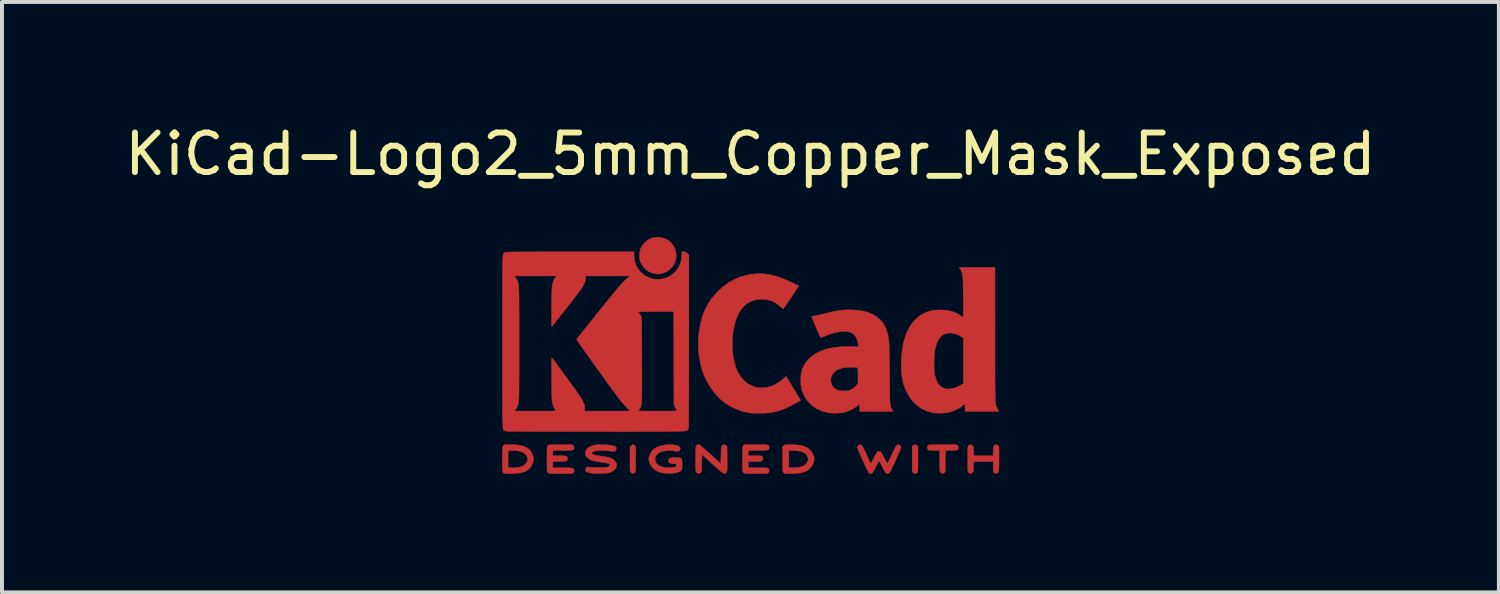
<source format=kicad_pcb>
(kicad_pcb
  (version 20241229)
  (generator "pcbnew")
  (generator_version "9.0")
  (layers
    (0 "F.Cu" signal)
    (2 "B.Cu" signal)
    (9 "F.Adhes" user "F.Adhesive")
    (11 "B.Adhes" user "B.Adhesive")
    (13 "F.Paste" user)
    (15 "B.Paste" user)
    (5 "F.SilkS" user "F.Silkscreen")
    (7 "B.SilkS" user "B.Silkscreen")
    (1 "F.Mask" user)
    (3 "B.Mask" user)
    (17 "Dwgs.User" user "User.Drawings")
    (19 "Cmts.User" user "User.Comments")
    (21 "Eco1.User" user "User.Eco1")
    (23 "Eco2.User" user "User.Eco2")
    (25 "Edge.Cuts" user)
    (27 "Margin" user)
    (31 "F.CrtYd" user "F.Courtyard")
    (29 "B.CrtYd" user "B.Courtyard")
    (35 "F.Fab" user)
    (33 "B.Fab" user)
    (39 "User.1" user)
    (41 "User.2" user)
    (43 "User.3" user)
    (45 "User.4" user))
  (footprint "KiCad-Logo2_5mm_Copper_Mask_Exposed"
    (layer "F.Cu")
    (at 15.935 5.928)
    (property "Reference" "KiCad-Logo2_5mm_Copper_Mask_Exposed" (at 0 -5.08 0) (layer "F.SilkS") (effects (font (size 1 1) (thickness 0.15))))
    (attr exclude_from_pos_files exclude_from_bom)
    (fp_poly (pts (xy 4.189 2.276) (xy 4.212 2.291) (xy 4.239 2.312) (xy 4.239 2.634) (xy 4.239 2.728) (xy 4.239 2.802) (xy 4.238 2.859) (xy 4.236 2.901) (xy 4.234 2.931) (xy 4.231 2.951) (xy 4.227 2.965) (xy 4.221 2.974) (xy 4.217 2.979) (xy 4.186 3) (xy 4.15 2.999) (xy 4.119 2.981) (xy 4.092 2.96) (xy 4.092 2.312) (xy 4.119 2.291) (xy 4.145 2.275) (xy 4.166 2.269) (xy 4.189 2.276)) (stroke (width 0.01) (type solid)) (fill yes) (layer "F.Cu"))
    (fp_poly (pts (xy -2.924 2.292) (xy -2.917 2.299) (xy -2.912 2.309) (xy -2.908 2.324) (xy -2.905 2.346) (xy -2.903 2.378) (xy -2.902 2.422) (xy -2.902 2.482) (xy -2.901 2.56) (xy -2.901 2.636) (xy -2.901 2.73) (xy -2.902 2.804) (xy -2.902 2.86) (xy -2.904 2.902) (xy -2.906 2.932) (xy -2.909 2.952) (xy -2.913 2.965) (xy -2.919 2.974) (xy -2.924 2.98) (xy -2.957 3) (xy -2.992 2.998) (xy -3.023 2.977) (xy -3.031 2.968) (xy -3.036 2.959) (xy -3.041 2.945) (xy -3.044 2.924) (xy -3.046 2.895) (xy -3.047 2.853) (xy -3.048 2.796) (xy -3.048 2.722) (xy -3.048 2.638) (xy -3.048 2.324) (xy -3.02 2.297) (xy -2.986 2.273) (xy -2.953 2.273) (xy -2.924 2.292)) (stroke (width 0.01) (type solid)) (fill yes) (layer "F.Cu"))
    (fp_poly (pts (xy -2.273 -2.973) (xy -2.177 -2.949) (xy -2.09 -2.906) (xy -2.015 -2.847) (xy -1.954 -2.772) (xy -1.909 -2.683) (xy -1.883 -2.586) (xy -1.877 -2.489) (xy -1.892 -2.395) (xy -1.926 -2.307) (xy -1.977 -2.228) (xy -2.042 -2.16) (xy -2.121 -2.106) (xy -2.212 -2.068) (xy -2.263 -2.056) (xy -2.308 -2.048) (xy -2.342 -2.045) (xy -2.375 -2.047) (xy -2.415 -2.054) (xy -2.449 -2.061) (xy -2.542 -2.092) (xy -2.626 -2.143) (xy -2.698 -2.213) (xy -2.756 -2.298) (xy -2.77 -2.326) (xy -2.787 -2.362) (xy -2.797 -2.392) (xy -2.802 -2.425) (xy -2.805 -2.466) (xy -2.805 -2.512) (xy -2.801 -2.596) (xy -2.787 -2.665) (xy -2.762 -2.726) (xy -2.723 -2.784) (xy -2.684 -2.829) (xy -2.612 -2.895) (xy -2.537 -2.94) (xy -2.455 -2.967) (xy -2.377 -2.977) (xy -2.273 -2.973)) (stroke (width 0.01) (type solid)) (fill yes) (layer "F.Cu"))
    (fp_poly (pts (xy 4.963 2.269) (xy 5.042 2.27) (xy 5.103 2.27) (xy 5.149 2.272) (xy 5.182 2.274) (xy 5.205 2.277) (xy 5.221 2.28) (xy 5.231 2.285) (xy 5.236 2.289) (xy 5.261 2.321) (xy 5.265 2.355) (xy 5.249 2.386) (xy 5.238 2.398) (xy 5.227 2.406) (xy 5.211 2.412) (xy 5.186 2.414) (xy 5.147 2.416) (xy 5.09 2.416) (xy 5.079 2.416) (xy 4.933 2.416) (xy 4.933 2.687) (xy 4.933 2.772) (xy 4.933 2.838) (xy 4.932 2.887) (xy 4.93 2.922) (xy 4.927 2.946) (xy 4.923 2.962) (xy 4.918 2.972) (xy 4.911 2.98) (xy 4.878 3) (xy 4.843 2.999) (xy 4.812 2.976) (xy 4.81 2.973) (xy 4.802 2.962) (xy 4.797 2.95) (xy 4.793 2.933) (xy 4.79 2.908) (xy 4.788 2.872) (xy 4.787 2.822) (xy 4.787 2.755) (xy 4.786 2.68) (xy 4.786 2.416) (xy 4.647 2.416) (xy 4.587 2.415) (xy 4.546 2.414) (xy 4.519 2.411) (xy 4.502 2.405) (xy 4.49 2.397) (xy 4.489 2.395) (xy 4.473 2.362) (xy 4.474 2.324) (xy 4.493 2.292) (xy 4.5 2.285) (xy 4.51 2.28) (xy 4.524 2.276) (xy 4.545 2.274) (xy 4.575 2.272) (xy 4.618 2.27) (xy 4.676 2.269) (xy 4.75 2.269) (xy 4.844 2.269) (xy 4.864 2.269) (xy 4.963 2.269)) (stroke (width 0.01) (type solid)) (fill yes) (layer "F.Cu"))
    (fp_poly (pts (xy 6.229 2.275) (xy 6.26 2.297) (xy 6.288 2.324) (xy 6.288 2.634) (xy 6.288 2.726) (xy 6.287 2.798) (xy 6.287 2.853) (xy 6.285 2.893) (xy 6.283 2.922) (xy 6.28 2.942) (xy 6.275 2.956) (xy 6.269 2.967) (xy 6.265 2.973) (xy 6.234 2.998) (xy 6.198 3) (xy 6.166 2.985) (xy 6.156 2.976) (xy 6.148 2.965) (xy 6.144 2.946) (xy 6.142 2.915) (xy 6.141 2.869) (xy 6.141 2.833) (xy 6.141 2.698) (xy 5.644 2.698) (xy 5.644 2.821) (xy 5.644 2.877) (xy 5.642 2.915) (xy 5.638 2.941) (xy 5.63 2.96) (xy 5.621 2.973) (xy 5.59 2.998) (xy 5.555 3.001) (xy 5.522 2.983) (xy 5.513 2.974) (xy 5.506 2.962) (xy 5.502 2.943) (xy 5.499 2.914) (xy 5.498 2.87) (xy 5.497 2.808) (xy 5.497 2.794) (xy 5.497 2.678) (xy 5.497 2.582) (xy 5.497 2.504) (xy 5.497 2.443) (xy 5.498 2.396) (xy 5.5 2.361) (xy 5.502 2.335) (xy 5.505 2.318) (xy 5.51 2.306) (xy 5.515 2.298) (xy 5.52 2.292) (xy 5.552 2.272) (xy 5.585 2.275) (xy 5.617 2.297) (xy 5.629 2.311) (xy 5.638 2.327) (xy 5.642 2.35) (xy 5.644 2.384) (xy 5.644 2.436) (xy 5.644 2.551) (xy 6.141 2.551) (xy 6.141 2.433) (xy 6.142 2.378) (xy 6.144 2.341) (xy 6.148 2.317) (xy 6.155 2.301) (xy 6.164 2.292) (xy 6.196 2.272) (xy 6.229 2.275)) (stroke (width 0.01) (type solid)) (fill yes) (layer "F.Cu"))
    (fp_poly (pts (xy 1.018 2.269) (xy 1.147 2.274) (xy 1.257 2.287) (xy 1.349 2.31) (xy 1.426 2.343) (xy 1.489 2.388) (xy 1.539 2.444) (xy 1.58 2.514) (xy 1.58 2.515) (xy 1.605 2.577) (xy 1.613 2.633) (xy 1.606 2.688) (xy 1.584 2.751) (xy 1.579 2.761) (xy 1.55 2.817) (xy 1.517 2.86) (xy 1.475 2.897) (xy 1.417 2.934) (xy 1.414 2.936) (xy 1.364 2.96) (xy 1.307 2.978) (xy 1.24 2.991) (xy 1.159 2.999) (xy 1.06 3.002) (xy 1.025 3.002) (xy 0.86 3.003) (xy 0.836 2.973) (xy 0.829 2.963) (xy 0.824 2.952) (xy 0.82 2.936) (xy 0.817 2.913) (xy 0.815 2.88) (xy 0.814 2.856) (xy 0.971 2.856) (xy 1.065 2.856) (xy 1.12 2.854) (xy 1.176 2.85) (xy 1.222 2.844) (xy 1.225 2.844) (xy 1.307 2.822) (xy 1.371 2.789) (xy 1.418 2.743) (xy 1.451 2.683) (xy 1.457 2.667) (xy 1.463 2.642) (xy 1.46 2.618) (xy 1.448 2.585) (xy 1.441 2.569) (xy 1.418 2.527) (xy 1.39 2.497) (xy 1.359 2.477) (xy 1.297 2.45) (xy 1.218 2.43) (xy 1.125 2.419) (xy 1.058 2.416) (xy 0.971 2.416) (xy 0.971 2.856) (xy 0.814 2.856) (xy 0.814 2.835) (xy 0.813 2.774) (xy 0.813 2.696) (xy 0.813 2.634) (xy 0.813 2.324) (xy 0.841 2.297) (xy 0.853 2.286) (xy 0.866 2.278) (xy 0.885 2.273) (xy 0.913 2.27) (xy 0.955 2.269) (xy 1.015 2.269) (xy 1.018 2.269)) (stroke (width 0.01) (type solid)) (fill yes) (layer "F.Cu"))
    (fp_poly (pts (xy -6.121 2.269) (xy -6.082 2.269) (xy -5.966 2.272) (xy -5.869 2.281) (xy -5.788 2.295) (xy -5.719 2.317) (xy -5.658 2.347) (xy -5.604 2.387) (xy -5.584 2.404) (xy -5.552 2.443) (xy -5.523 2.497) (xy -5.5 2.557) (xy -5.488 2.615) (xy -5.486 2.636) (xy -5.494 2.695) (xy -5.516 2.759) (xy -5.547 2.82) (xy -5.584 2.868) (xy -5.59 2.874) (xy -5.641 2.915) (xy -5.696 2.947) (xy -5.76 2.971) (xy -5.834 2.988) (xy -5.924 2.998) (xy -6.031 3.002) (xy -6.08 3.003) (xy -6.142 3.003) (xy -6.186 3.001) (xy -6.215 2.999) (xy -6.234 2.994) (xy -6.247 2.987) (xy -6.254 2.98) (xy -6.261 2.973) (xy -6.266 2.963) (xy -6.27 2.948) (xy -6.273 2.926) (xy -6.274 2.894) (xy -6.276 2.85) (xy -6.276 2.79) (xy -6.277 2.712) (xy -6.277 2.636) (xy -6.277 2.535) (xy -6.277 2.454) (xy -6.276 2.416) (xy -6.13 2.416) (xy -6.13 2.856) (xy -6.037 2.856) (xy -5.981 2.854) (xy -5.922 2.85) (xy -5.873 2.844) (xy -5.872 2.844) (xy -5.792 2.825) (xy -5.731 2.795) (xy -5.684 2.753) (xy -5.655 2.707) (xy -5.636 2.656) (xy -5.638 2.608) (xy -5.659 2.557) (xy -5.7 2.504) (xy -5.758 2.465) (xy -5.833 2.438) (xy -5.883 2.429) (xy -5.939 2.423) (xy -6 2.418) (xy -6.051 2.416) (xy -6.054 2.416) (xy -6.13 2.416) (xy -6.276 2.416) (xy -6.275 2.392) (xy -6.271 2.345) (xy -6.263 2.312) (xy -6.25 2.29) (xy -6.23 2.277) (xy -6.203 2.27) (xy -6.167 2.269) (xy -6.121 2.269)) (stroke (width 0.01) (type solid)) (fill yes) (layer "F.Cu"))
    (fp_poly (pts (xy -1.3 2.273) (xy -1.277 2.287) (xy -1.246 2.31) (xy -1.206 2.342) (xy -1.156 2.386) (xy -1.094 2.441) (xy -1.018 2.509) (xy -0.931 2.588) (xy -0.751 2.752) (xy -0.745 2.532) (xy -0.743 2.456) (xy -0.741 2.4) (xy -0.739 2.36) (xy -0.736 2.332) (xy -0.731 2.314) (xy -0.725 2.303) (xy -0.717 2.294) (xy -0.713 2.291) (xy -0.678 2.272) (xy -0.645 2.274) (xy -0.619 2.291) (xy -0.593 2.312) (xy -0.589 2.627) (xy -0.588 2.72) (xy -0.588 2.793) (xy -0.588 2.848) (xy -0.589 2.889) (xy -0.591 2.919) (xy -0.594 2.939) (xy -0.598 2.953) (xy -0.604 2.964) (xy -0.61 2.972) (xy -0.623 2.988) (xy -0.637 2.999) (xy -0.652 3.003) (xy -0.671 2.999) (xy -0.695 2.987) (xy -0.727 2.965) (xy -0.768 2.932) (xy -0.821 2.887) (xy -0.886 2.829) (xy -0.96 2.762) (xy -1.225 2.521) (xy -1.23 2.741) (xy -1.233 2.816) (xy -1.235 2.872) (xy -1.237 2.913) (xy -1.24 2.94) (xy -1.244 2.958) (xy -1.25 2.969) (xy -1.259 2.978) (xy -1.263 2.981) (xy -1.3 3) (xy -1.335 2.997) (xy -1.365 2.973) (xy -1.372 2.963) (xy -1.378 2.952) (xy -1.382 2.936) (xy -1.385 2.913) (xy -1.386 2.88) (xy -1.388 2.835) (xy -1.388 2.774) (xy -1.389 2.694) (xy -1.389 2.636) (xy -1.388 2.544) (xy -1.388 2.473) (xy -1.387 2.418) (xy -1.386 2.378) (xy -1.384 2.349) (xy -1.38 2.329) (xy -1.376 2.315) (xy -1.37 2.305) (xy -1.365 2.299) (xy -1.354 2.285) (xy -1.343 2.274) (xy -1.332 2.268) (xy -1.318 2.267) (xy -1.3 2.273)) (stroke (width 0.01) (type solid)) (fill yes) (layer "F.Cu"))
    (fp_poly (pts (xy -1.95 2.275) (xy -1.882 2.286) (xy -1.829 2.304) (xy -1.795 2.327) (xy -1.785 2.341) (xy -1.776 2.372) (xy -1.782 2.4) (xy -1.802 2.427) (xy -1.834 2.44) (xy -1.879 2.439) (xy -1.914 2.432) (xy -1.992 2.419) (xy -2.072 2.418) (xy -2.162 2.428) (xy -2.186 2.433) (xy -2.269 2.456) (xy -2.334 2.491) (xy -2.38 2.537) (xy -2.407 2.592) (xy -2.413 2.621) (xy -2.409 2.68) (xy -2.386 2.732) (xy -2.345 2.776) (xy -2.288 2.811) (xy -2.219 2.837) (xy -2.138 2.852) (xy -2.048 2.854) (xy -1.951 2.845) (xy -1.945 2.844) (xy -1.907 2.836) (xy -1.885 2.83) (xy -1.876 2.819) (xy -1.874 2.802) (xy -1.874 2.793) (xy -1.874 2.754) (xy -1.942 2.754) (xy -2.003 2.75) (xy -2.044 2.737) (xy -2.068 2.714) (xy -2.077 2.679) (xy -2.077 2.674) (xy -2.072 2.645) (xy -2.054 2.623) (xy -2.022 2.609) (xy -1.972 2.601) (xy -1.923 2.598) (xy -1.852 2.596) (xy -1.801 2.599) (xy -1.766 2.609) (xy -1.744 2.628) (xy -1.733 2.66) (xy -1.728 2.708) (xy -1.727 2.77) (xy -1.729 2.84) (xy -1.733 2.887) (xy -1.74 2.912) (xy -1.741 2.914) (xy -1.78 2.946) (xy -1.837 2.97) (xy -1.909 2.988) (xy -1.991 2.999) (xy -2.081 3.001) (xy -2.175 2.994) (xy -2.23 2.986) (xy -2.316 2.962) (xy -2.396 2.922) (xy -2.463 2.87) (xy -2.473 2.86) (xy -2.506 2.816) (xy -2.536 2.762) (xy -2.559 2.706) (xy -2.572 2.654) (xy -2.574 2.635) (xy -2.567 2.593) (xy -2.55 2.542) (xy -2.524 2.488) (xy -2.495 2.439) (xy -2.469 2.406) (xy -2.408 2.357) (xy -2.329 2.319) (xy -2.235 2.29) (xy -2.129 2.274) (xy -2.032 2.27) (xy -1.95 2.275)) (stroke (width 0.01) (type solid)) (fill yes) (layer "F.Cu"))
    (fp_poly (pts (xy 0.23 2.269) (xy 0.307 2.27) (xy 0.365 2.272) (xy 0.408 2.276) (xy 0.438 2.282) (xy 0.457 2.291) (xy 0.468 2.303) (xy 0.473 2.319) (xy 0.474 2.339) (xy 0.474 2.341) (xy 0.473 2.364) (xy 0.468 2.382) (xy 0.457 2.395) (xy 0.437 2.404) (xy 0.406 2.41) (xy 0.36 2.414) (xy 0.298 2.417) (xy 0.216 2.418) (xy 0.191 2.418) (xy -0.051 2.421) (xy -0.054 2.486) (xy -0.058 2.551) (xy 0.111 2.551) (xy 0.176 2.552) (xy 0.223 2.553) (xy 0.255 2.555) (xy 0.276 2.559) (xy 0.289 2.565) (xy 0.299 2.573) (xy 0.299 2.573) (xy 0.316 2.607) (xy 0.316 2.643) (xy 0.297 2.674) (xy 0.294 2.678) (xy 0.281 2.686) (xy 0.263 2.692) (xy 0.237 2.695) (xy 0.197 2.697) (xy 0.142 2.698) (xy 0.106 2.698) (xy -0.056 2.698) (xy -0.056 2.856) (xy 0.19 2.856) (xy 0.272 2.856) (xy 0.333 2.857) (xy 0.379 2.858) (xy 0.41 2.86) (xy 0.431 2.864) (xy 0.445 2.868) (xy 0.453 2.874) (xy 0.455 2.877) (xy 0.472 2.908) (xy 0.473 2.944) (xy 0.46 2.975) (xy 0.449 2.985) (xy 0.438 2.991) (xy 0.421 2.995) (xy 0.396 2.998) (xy 0.359 3) (xy 0.308 3.002) (xy 0.24 3.003) (xy 0.153 3.003) (xy 0.133 3.003) (xy 0.045 3.003) (xy -0.024 3.002) (xy -0.075 3.002) (xy -0.113 3) (xy -0.139 2.998) (xy -0.156 2.994) (xy -0.167 2.989) (xy -0.176 2.983) (xy -0.18 2.978) (xy -0.187 2.97) (xy -0.192 2.96) (xy -0.196 2.945) (xy -0.199 2.923) (xy -0.201 2.89) (xy -0.202 2.845) (xy -0.203 2.785) (xy -0.203 2.707) (xy -0.203 2.641) (xy -0.203 2.549) (xy -0.203 2.476) (xy -0.202 2.421) (xy -0.201 2.38) (xy -0.198 2.35) (xy -0.195 2.33) (xy -0.191 2.316) (xy -0.185 2.305) (xy -0.18 2.299) (xy -0.156 2.269) (xy 0.134 2.269) (xy 0.23 2.269)) (stroke (width 0.01) (type solid)) (fill yes) (layer "F.Cu"))
    (fp_poly (pts (xy -4.713 2.269) (xy -4.643 2.27) (xy -4.591 2.27) (xy -4.553 2.272) (xy -4.526 2.274) (xy -4.508 2.278) (xy -4.496 2.283) (xy -4.487 2.289) (xy -4.484 2.292) (xy -4.464 2.323) (xy -4.46 2.359) (xy -4.473 2.391) (xy -4.48 2.397) (xy -4.489 2.403) (xy -4.505 2.408) (xy -4.529 2.412) (xy -4.566 2.414) (xy -4.617 2.416) (xy -4.685 2.418) (xy -4.748 2.418) (xy -4.995 2.421) (xy -4.999 2.486) (xy -5.002 2.551) (xy -4.834 2.551) (xy -4.761 2.552) (xy -4.708 2.555) (xy -4.671 2.56) (xy -4.647 2.57) (xy -4.634 2.586) (xy -4.629 2.607) (xy -4.628 2.628) (xy -4.631 2.653) (xy -4.64 2.671) (xy -4.659 2.684) (xy -4.691 2.692) (xy -4.738 2.696) (xy -4.804 2.698) (xy -4.84 2.698) (xy -5.001 2.698) (xy -5.001 2.856) (xy -4.753 2.856) (xy -4.671 2.856) (xy -4.609 2.857) (xy -4.564 2.858) (xy -4.532 2.86) (xy -4.511 2.863) (xy -4.496 2.868) (xy -4.487 2.874) (xy -4.482 2.879) (xy -4.465 2.906) (xy -4.459 2.929) (xy -4.467 2.959) (xy -4.482 2.98) (xy -4.49 2.987) (xy -4.5 2.992) (xy -4.515 2.996) (xy -4.538 2.999) (xy -4.571 3.001) (xy -4.618 3.002) (xy -4.68 3.003) (xy -4.761 3.003) (xy -4.803 3.003) (xy -4.894 3.003) (xy -4.964 3.002) (xy -5.017 3.002) (xy -5.056 3) (xy -5.083 2.998) (xy -5.101 2.994) (xy -5.113 2.99) (xy -5.122 2.983) (xy -5.125 2.98) (xy -5.132 2.973) (xy -5.137 2.963) (xy -5.141 2.948) (xy -5.144 2.926) (xy -5.146 2.894) (xy -5.147 2.849) (xy -5.147 2.789) (xy -5.148 2.711) (xy -5.148 2.638) (xy -5.148 2.545) (xy -5.147 2.471) (xy -5.147 2.415) (xy -5.146 2.374) (xy -5.144 2.345) (xy -5.141 2.325) (xy -5.136 2.312) (xy -5.131 2.303) (xy -5.123 2.295) (xy -5.122 2.294) (xy -5.113 2.286) (xy -5.103 2.28) (xy -5.089 2.276) (xy -5.067 2.273) (xy -5.036 2.271) (xy -4.993 2.27) (xy -4.934 2.269) (xy -4.857 2.269) (xy -4.802 2.269) (xy -4.713 2.269)) (stroke (width 0.01) (type solid)) (fill yes) (layer "F.Cu"))
    (fp_poly (pts (xy 3.745 2.271) (xy 3.764 2.278) (xy 3.765 2.278) (xy 3.792 2.299) (xy 3.806 2.32) (xy 3.809 2.329) (xy 3.809 2.342) (xy 3.805 2.361) (xy 3.796 2.387) (xy 3.782 2.424) (xy 3.761 2.473) (xy 3.732 2.536) (xy 3.695 2.617) (xy 3.675 2.661) (xy 3.639 2.74) (xy 3.604 2.812) (xy 3.574 2.876) (xy 3.548 2.928) (xy 3.528 2.965) (xy 3.516 2.986) (xy 3.513 2.989) (xy 3.482 3.001) (xy 3.447 3) (xy 3.419 2.984) (xy 3.418 2.983) (xy 3.407 2.966) (xy 3.388 2.933) (xy 3.364 2.888) (xy 3.337 2.836) (xy 3.327 2.817) (xy 3.254 2.67) (xy 3.174 2.829) (xy 3.146 2.884) (xy 3.119 2.932) (xy 3.097 2.969) (xy 3.081 2.991) (xy 3.076 2.996) (xy 3.034 3.002) (xy 3 2.989) (xy 2.99 2.974) (xy 2.972 2.943) (xy 2.949 2.897) (xy 2.921 2.839) (xy 2.89 2.774) (xy 2.857 2.704) (xy 2.824 2.631) (xy 2.792 2.56) (xy 2.763 2.494) (xy 2.737 2.435) (xy 2.718 2.386) (xy 2.705 2.352) (xy 2.7 2.334) (xy 2.7 2.334) (xy 2.711 2.311) (xy 2.733 2.289) (xy 2.735 2.288) (xy 2.762 2.272) (xy 2.787 2.273) (xy 2.796 2.275) (xy 2.808 2.282) (xy 2.82 2.294) (xy 2.834 2.315) (xy 2.852 2.347) (xy 2.875 2.393) (xy 2.905 2.455) (xy 2.932 2.512) (xy 2.962 2.578) (xy 2.99 2.638) (xy 3.013 2.688) (xy 3.03 2.725) (xy 3.039 2.746) (xy 3.041 2.749) (xy 3.047 2.743) (xy 3.061 2.721) (xy 3.081 2.685) (xy 3.106 2.638) (xy 3.115 2.619) (xy 3.148 2.554) (xy 3.174 2.507) (xy 3.194 2.474) (xy 3.21 2.454) (xy 3.226 2.443) (xy 3.242 2.439) (xy 3.252 2.438) (xy 3.271 2.44) (xy 3.287 2.447) (xy 3.303 2.462) (xy 3.321 2.487) (xy 3.344 2.526) (xy 3.373 2.581) (xy 3.389 2.613) (xy 3.415 2.663) (xy 3.437 2.705) (xy 3.454 2.734) (xy 3.464 2.748) (xy 3.466 2.749) (xy 3.472 2.738) (xy 3.487 2.709) (xy 3.508 2.666) (xy 3.534 2.612) (xy 3.564 2.548) (xy 3.578 2.517) (xy 3.616 2.436) (xy 3.647 2.374) (xy 3.672 2.328) (xy 3.692 2.297) (xy 3.71 2.278) (xy 3.727 2.271) (xy 3.745 2.271)) (stroke (width 0.01) (type solid)) (fill yes) (layer "F.Cu"))
    (fp_poly (pts (xy -3.692 2.27) (xy -3.617 2.276) (xy -3.547 2.284) (xy -3.487 2.295) (xy -3.44 2.308) (xy -3.41 2.323) (xy -3.406 2.327) (xy -3.39 2.362) (xy -3.395 2.397) (xy -3.419 2.428) (xy -3.421 2.429) (xy -3.435 2.438) (xy -3.45 2.443) (xy -3.471 2.443) (xy -3.503 2.44) (xy -3.552 2.432) (xy -3.556 2.432) (xy -3.629 2.423) (xy -3.707 2.418) (xy -3.786 2.418) (xy -3.859 2.422) (xy -3.922 2.43) (xy -3.968 2.443) (xy -3.971 2.444) (xy -4.005 2.463) (xy -4.017 2.482) (xy -4.008 2.5) (xy -3.978 2.518) (xy -3.929 2.535) (xy -3.861 2.549) (xy -3.816 2.556) (xy -3.721 2.57) (xy -3.647 2.582) (xy -3.588 2.594) (xy -3.542 2.608) (xy -3.506 2.623) (xy -3.476 2.641) (xy -3.449 2.664) (xy -3.428 2.686) (xy -3.403 2.717) (xy -3.391 2.743) (xy -3.387 2.776) (xy -3.387 2.788) (xy -3.39 2.828) (xy -3.401 2.857) (xy -3.421 2.883) (xy -3.462 2.924) (xy -3.508 2.954) (xy -3.562 2.976) (xy -3.627 2.991) (xy -3.707 2.999) (xy -3.805 3.001) (xy -3.821 3.001) (xy -3.887 3) (xy -3.952 2.997) (xy -4.009 2.992) (xy -4.052 2.987) (xy -4.055 2.987) (xy -4.098 2.976) (xy -4.134 2.964) (xy -4.154 2.952) (xy -4.173 2.922) (xy -4.174 2.886) (xy -4.158 2.854) (xy -4.154 2.851) (xy -4.139 2.84) (xy -4.12 2.835) (xy -4.091 2.836) (xy -4.056 2.84) (xy -4.016 2.844) (xy -3.96 2.847) (xy -3.895 2.849) (xy -3.828 2.85) (xy -3.81 2.85) (xy -3.742 2.85) (xy -3.692 2.849) (xy -3.657 2.846) (xy -3.63 2.841) (xy -3.609 2.834) (xy -3.596 2.828) (xy -3.568 2.811) (xy -3.55 2.796) (xy -3.547 2.792) (xy -3.553 2.774) (xy -3.579 2.757) (xy -3.624 2.741) (xy -3.687 2.728) (xy -3.705 2.725) (xy -3.801 2.71) (xy -3.878 2.697) (xy -3.938 2.686) (xy -3.984 2.676) (xy -4.021 2.665) (xy -4.049 2.653) (xy -4.073 2.639) (xy -4.096 2.622) (xy -4.119 2.601) (xy -4.127 2.594) (xy -4.155 2.567) (xy -4.17 2.545) (xy -4.176 2.52) (xy -4.177 2.489) (xy -4.167 2.428) (xy -4.136 2.376) (xy -4.085 2.333) (xy -4.013 2.3) (xy -3.962 2.285) (xy -3.907 2.275) (xy -3.841 2.27) (xy -3.768 2.268) (xy -3.692 2.27)) (stroke (width 0.01) (type solid)) (fill yes) (layer "F.Cu"))
    (fp_poly (pts (xy 0.328 -2.051) (xy 0.489 -2.03) (xy 0.653 -1.99) (xy 0.822 -1.93) (xy 1 -1.851) (xy 1.011 -1.845) (xy 1.069 -1.817) (xy 1.121 -1.793) (xy 1.162 -1.775) (xy 1.19 -1.764) (xy 1.2 -1.761) (xy 1.219 -1.756) (xy 1.224 -1.752) (xy 1.218 -1.741) (xy 1.202 -1.715) (xy 1.177 -1.676) (xy 1.145 -1.626) (xy 1.107 -1.569) (xy 1.066 -1.507) (xy 1.023 -1.442) (xy 0.98 -1.379) (xy 0.939 -1.319) (xy 0.902 -1.265) (xy 0.871 -1.22) (xy 0.847 -1.186) (xy 0.832 -1.167) (xy 0.83 -1.165) (xy 0.82 -1.17) (xy 0.798 -1.187) (xy 0.767 -1.214) (xy 0.752 -1.228) (xy 0.655 -1.303) (xy 0.548 -1.359) (xy 0.433 -1.394) (xy 0.31 -1.408) (xy 0.241 -1.407) (xy 0.119 -1.39) (xy 0.01 -1.354) (xy -0.087 -1.299) (xy -0.174 -1.225) (xy -0.249 -1.131) (xy -0.314 -1.018) (xy -0.351 -0.931) (xy -0.395 -0.796) (xy -0.428 -0.648) (xy -0.448 -0.493) (xy -0.458 -0.333) (xy -0.456 -0.173) (xy -0.443 -0.016) (xy -0.419 0.133) (xy -0.384 0.271) (xy -0.338 0.395) (xy -0.322 0.429) (xy -0.253 0.543) (xy -0.173 0.64) (xy -0.081 0.718) (xy 0.02 0.777) (xy 0.13 0.816) (xy 0.247 0.834) (xy 0.289 0.835) (xy 0.41 0.824) (xy 0.531 0.791) (xy 0.649 0.737) (xy 0.762 0.663) (xy 0.854 0.585) (xy 0.9 0.54) (xy 1.081 0.837) (xy 1.127 0.911) (xy 1.168 0.98) (xy 1.204 1.039) (xy 1.233 1.088) (xy 1.254 1.124) (xy 1.265 1.144) (xy 1.266 1.147) (xy 1.258 1.157) (xy 1.233 1.174) (xy 1.193 1.197) (xy 1.142 1.225) (xy 1.084 1.255) (xy 1.021 1.287) (xy 0.958 1.318) (xy 0.896 1.346) (xy 0.839 1.371) (xy 0.791 1.391) (xy 0.768 1.399) (xy 0.634 1.437) (xy 0.496 1.462) (xy 0.349 1.475) (xy 0.222 1.477) (xy 0.154 1.476) (xy 0.088 1.474) (xy 0.031 1.471) (xy -0.013 1.468) (xy -0.027 1.466) (xy -0.166 1.438) (xy -0.307 1.392) (xy -0.445 1.334) (xy -0.572 1.264) (xy -0.649 1.211) (xy -0.777 1.103) (xy -0.895 0.977) (xy -1.002 0.835) (xy -1.095 0.681) (xy -1.173 0.518) (xy -1.217 0.401) (xy -1.267 0.217) (xy -1.301 0.023) (xy -1.318 -0.179) (xy -1.318 -0.382) (xy -1.301 -0.584) (xy -1.268 -0.781) (xy -1.217 -0.967) (xy -1.214 -0.978) (xy -1.151 -1.14) (xy -1.074 -1.288) (xy -0.981 -1.426) (xy -0.868 -1.558) (xy -0.825 -1.604) (xy -0.688 -1.728) (xy -0.549 -1.83) (xy -0.403 -1.912) (xy -0.249 -1.975) (xy -0.084 -2.02) (xy 0.011 -2.038) (xy 0.17 -2.054) (xy 0.328 -2.051)) (stroke (width 0.01) (type solid)) (fill yes) (layer "F.Cu"))
    (fp_poly (pts (xy 6.187 -0.528) (xy 6.187 -0.293) (xy 6.187 -0.08) (xy 6.187 0.112) (xy 6.187 0.285) (xy 6.187 0.441) (xy 6.188 0.579) (xy 6.188 0.701) (xy 6.189 0.808) (xy 6.19 0.901) (xy 6.192 0.982) (xy 6.194 1.051) (xy 6.196 1.11) (xy 6.198 1.159) (xy 6.202 1.2) (xy 6.205 1.234) (xy 6.21 1.262) (xy 6.214 1.285) (xy 6.22 1.304) (xy 6.226 1.321) (xy 6.233 1.335) (xy 6.24 1.349) (xy 6.249 1.364) (xy 6.254 1.373) (xy 6.288 1.434) (xy 5.43 1.434) (xy 5.43 1.338) (xy 5.429 1.294) (xy 5.427 1.261) (xy 5.424 1.243) (xy 5.423 1.242) (xy 5.412 1.249) (xy 5.389 1.267) (xy 5.366 1.286) (xy 5.312 1.327) (xy 5.242 1.368) (xy 5.165 1.405) (xy 5.088 1.435) (xy 5.057 1.445) (xy 4.989 1.46) (xy 4.906 1.47) (xy 4.816 1.475) (xy 4.728 1.474) (xy 4.649 1.469) (xy 4.612 1.463) (xy 4.473 1.425) (xy 4.346 1.367) (xy 4.23 1.29) (xy 4.127 1.195) (xy 4.036 1.081) (xy 3.969 0.97) (xy 3.914 0.854) (xy 3.872 0.734) (xy 3.842 0.608) (xy 3.823 0.472) (xy 3.815 0.32) (xy 3.814 0.243) (xy 3.816 0.186) (xy 4.645 0.186) (xy 4.645 0.279) (xy 4.648 0.367) (xy 4.654 0.444) (xy 4.662 0.505) (xy 4.665 0.517) (xy 4.697 0.625) (xy 4.738 0.712) (xy 4.79 0.779) (xy 4.853 0.826) (xy 4.926 0.853) (xy 5.011 0.862) (xy 5.107 0.851) (xy 5.17 0.835) (xy 5.219 0.817) (xy 5.274 0.791) (xy 5.314 0.767) (xy 5.385 0.721) (xy 5.385 -0.429) (xy 5.317 -0.473) (xy 5.239 -0.514) (xy 5.155 -0.541) (xy 5.07 -0.553) (xy 4.988 -0.549) (xy 4.915 -0.53) (xy 4.883 -0.515) (xy 4.826 -0.472) (xy 4.777 -0.415) (xy 4.735 -0.342) (xy 4.701 -0.252) (xy 4.672 -0.141) (xy 4.671 -0.135) (xy 4.66 -0.073) (xy 4.653 0.005) (xy 4.648 0.093) (xy 4.645 0.186) (xy 3.816 0.186) (xy 3.822 0.03) (xy 3.844 -0.166) (xy 3.88 -0.345) (xy 3.93 -0.506) (xy 3.994 -0.65) (xy 4.071 -0.777) (xy 4.163 -0.886) (xy 4.268 -0.977) (xy 4.314 -1.008) (xy 4.415 -1.064) (xy 4.518 -1.104) (xy 4.628 -1.128) (xy 4.749 -1.138) (xy 4.842 -1.137) (xy 4.971 -1.126) (xy 5.084 -1.104) (xy 5.183 -1.07) (xy 5.271 -1.024) (xy 5.32 -0.99) (xy 5.349 -0.968) (xy 5.371 -0.953) (xy 5.379 -0.948) (xy 5.381 -0.959) (xy 5.382 -0.99) (xy 5.383 -1.037) (xy 5.384 -1.1) (xy 5.384 -1.173) (xy 5.384 -1.256) (xy 5.384 -1.344) (xy 5.384 -1.436) (xy 5.383 -1.528) (xy 5.382 -1.618) (xy 5.381 -1.704) (xy 5.38 -1.781) (xy 5.379 -1.848) (xy 5.377 -1.902) (xy 5.375 -1.94) (xy 5.375 -1.947) (xy 5.367 -2.018) (xy 5.356 -2.073) (xy 5.338 -2.12) (xy 5.312 -2.166) (xy 5.305 -2.176) (xy 5.281 -2.213) (xy 6.186 -2.213) (xy 6.187 -0.528)) (stroke (width 0.01) (type solid)) (fill yes) (layer "F.Cu"))
    (fp_poly (pts (xy 2.674 -1.133) (xy 2.825 -1.113) (xy 2.961 -1.08) (xy 3.08 -1.032) (xy 3.185 -0.971) (xy 3.262 -0.907) (xy 3.331 -0.833) (xy 3.385 -0.753) (xy 3.428 -0.661) (xy 3.443 -0.618) (xy 3.456 -0.579) (xy 3.467 -0.543) (xy 3.477 -0.508) (xy 3.485 -0.472) (xy 3.492 -0.433) (xy 3.498 -0.39) (xy 3.503 -0.34) (xy 3.507 -0.283) (xy 3.51 -0.215) (xy 3.513 -0.136) (xy 3.515 -0.043) (xy 3.517 0.066) (xy 3.518 0.192) (xy 3.52 0.337) (xy 3.521 0.48) (xy 3.522 0.636) (xy 3.524 0.771) (xy 3.525 0.887) (xy 3.526 0.986) (xy 3.528 1.068) (xy 3.53 1.136) (xy 3.532 1.192) (xy 3.535 1.236) (xy 3.539 1.271) (xy 3.544 1.299) (xy 3.55 1.321) (xy 3.557 1.338) (xy 3.565 1.352) (xy 3.574 1.366) (xy 3.585 1.38) (xy 3.59 1.385) (xy 3.605 1.408) (xy 3.612 1.423) (xy 3.612 1.424) (xy 3.602 1.426) (xy 3.571 1.428) (xy 3.522 1.43) (xy 3.458 1.431) (xy 3.382 1.433) (xy 3.295 1.433) (xy 3.2 1.434) (xy 3.19 1.434) (xy 2.767 1.434) (xy 2.763 1.338) (xy 2.76 1.242) (xy 2.698 1.293) (xy 2.601 1.36) (xy 2.491 1.415) (xy 2.404 1.445) (xy 2.335 1.46) (xy 2.252 1.47) (xy 2.162 1.475) (xy 2.074 1.474) (xy 1.995 1.468) (xy 1.959 1.463) (xy 1.819 1.425) (xy 1.692 1.37) (xy 1.58 1.299) (xy 1.484 1.213) (xy 1.404 1.112) (xy 1.341 0.997) (xy 1.296 0.871) (xy 1.284 0.814) (xy 1.276 0.752) (xy 1.273 0.677) (xy 1.272 0.643) (xy 1.272 0.64) (xy 2.032 0.64) (xy 2.042 0.715) (xy 2.07 0.779) (xy 2.118 0.835) (xy 2.123 0.839) (xy 2.172 0.874) (xy 2.223 0.897) (xy 2.284 0.909) (xy 2.359 0.911) (xy 2.377 0.911) (xy 2.431 0.908) (xy 2.471 0.903) (xy 2.506 0.893) (xy 2.545 0.876) (xy 2.556 0.871) (xy 2.616 0.835) (xy 2.663 0.792) (xy 2.676 0.777) (xy 2.721 0.72) (xy 2.721 0.525) (xy 2.72 0.446) (xy 2.718 0.388) (xy 2.715 0.349) (xy 2.711 0.327) (xy 2.707 0.32) (xy 2.691 0.317) (xy 2.657 0.314) (xy 2.61 0.313) (xy 2.555 0.312) (xy 2.546 0.312) (xy 2.425 0.317) (xy 2.323 0.333) (xy 2.236 0.361) (xy 2.164 0.401) (xy 2.109 0.448) (xy 2.064 0.506) (xy 2.039 0.569) (xy 2.032 0.64) (xy 1.272 0.64) (xy 1.274 0.55) (xy 1.283 0.471) (xy 1.299 0.4) (xy 1.324 0.329) (xy 1.348 0.276) (xy 1.407 0.181) (xy 1.485 0.093) (xy 1.58 0.014) (xy 1.69 -0.055) (xy 1.813 -0.111) (xy 1.945 -0.154) (xy 2.009 -0.169) (xy 2.146 -0.191) (xy 2.294 -0.206) (xy 2.446 -0.212) (xy 2.572 -0.211) (xy 2.734 -0.204) (xy 2.727 -0.263) (xy 2.707 -0.362) (xy 2.676 -0.443) (xy 2.632 -0.506) (xy 2.575 -0.551) (xy 2.503 -0.58) (xy 2.416 -0.594) (xy 2.313 -0.591) (xy 2.275 -0.587) (xy 2.134 -0.562) (xy 1.997 -0.521) (xy 1.902 -0.483) (xy 1.857 -0.464) (xy 1.819 -0.448) (xy 1.792 -0.439) (xy 1.785 -0.437) (xy 1.775 -0.446) (xy 1.758 -0.475) (xy 1.734 -0.524) (xy 1.703 -0.594) (xy 1.665 -0.684) (xy 1.658 -0.7) (xy 1.628 -0.772) (xy 1.601 -0.838) (xy 1.578 -0.893) (xy 1.561 -0.936) (xy 1.55 -0.963) (xy 1.547 -0.972) (xy 1.557 -0.977) (xy 1.583 -0.982) (xy 1.611 -0.986) (xy 1.642 -0.991) (xy 1.689 -1) (xy 1.751 -1.013) (xy 1.821 -1.029) (xy 1.896 -1.047) (xy 1.925 -1.054) (xy 2.03 -1.08) (xy 2.117 -1.1) (xy 2.192 -1.115) (xy 2.258 -1.126) (xy 2.319 -1.133) (xy 2.381 -1.138) (xy 2.446 -1.14) (xy 2.504 -1.14) (xy 2.674 -1.133)) (stroke (width 0.01) (type solid)) (fill yes) (layer "F.Cu"))
    (fp_poly (pts (xy -2.946 -2.511) (xy -2.936 -2.397) (xy -2.904 -2.289) (xy -2.853 -2.19) (xy -2.784 -2.102) (xy -2.699 -2.027) (xy -2.602 -1.97) (xy -2.496 -1.93) (xy -2.389 -1.911) (xy -2.283 -1.913) (xy -2.181 -1.932) (xy -2.085 -1.969) (xy -1.996 -2.021) (xy -1.917 -2.087) (xy -1.849 -2.167) (xy -1.796 -2.258) (xy -1.759 -2.359) (xy -1.74 -2.47) (xy -1.738 -2.52) (xy -1.738 -2.608) (xy -1.687 -2.608) (xy -1.65 -2.605) (xy -1.623 -2.593) (xy -1.596 -2.569) (xy -1.558 -2.531) (xy -1.558 -0.339) (xy -1.558 -0.077) (xy -1.558 0.163) (xy -1.558 0.383) (xy -1.558 0.583) (xy -1.558 0.764) (xy -1.558 0.928) (xy -1.559 1.074) (xy -1.559 1.205) (xy -1.559 1.32) (xy -1.56 1.421) (xy -1.561 1.509) (xy -1.561 1.585) (xy -1.562 1.65) (xy -1.563 1.704) (xy -1.564 1.749) (xy -1.565 1.786) (xy -1.567 1.815) (xy -1.568 1.837) (xy -1.57 1.854) (xy -1.572 1.866) (xy -1.574 1.874) (xy -1.576 1.88) (xy -1.577 1.882) (xy -1.581 1.889) (xy -1.585 1.895) (xy -1.589 1.901) (xy -1.594 1.906) (xy -1.601 1.911) (xy -1.611 1.916) (xy -1.625 1.92) (xy -1.645 1.923) (xy -1.669 1.926) (xy -1.701 1.929) (xy -1.741 1.931) (xy -1.789 1.934) (xy -1.846 1.935) (xy -1.914 1.937) (xy -1.994 1.938) (xy -2.085 1.939) (xy -2.19 1.94) (xy -2.309 1.94) (xy -2.443 1.941) (xy -2.593 1.941) (xy -2.76 1.941) (xy -2.945 1.942) (xy -3.149 1.942) (xy -3.372 1.942) (xy -3.616 1.941) (xy -3.881 1.941) (xy -3.92 1.941) (xy -4.187 1.941) (xy -4.432 1.941) (xy -4.657 1.941) (xy -4.861 1.941) (xy -5.047 1.941) (xy -5.215 1.941) (xy -5.366 1.94) (xy -5.501 1.94) (xy -5.62 1.939) (xy -5.725 1.939) (xy -5.817 1.938) (xy -5.896 1.938) (xy -5.964 1.937) (xy -6.021 1.936) (xy -6.069 1.935) (xy -6.107 1.933) (xy -6.138 1.932) (xy -6.162 1.931) (xy -6.18 1.929) (xy -6.192 1.927) (xy -6.201 1.925) (xy -6.205 1.923) (xy -6.214 1.92) (xy -6.221 1.917) (xy -6.229 1.915) (xy -6.235 1.911) (xy -6.241 1.906) (xy -6.246 1.897) (xy -6.251 1.885) (xy -6.255 1.869) (xy -6.259 1.846) (xy -6.262 1.818) (xy -6.265 1.781) (xy -6.268 1.737) (xy -6.27 1.683) (xy -6.271 1.618) (xy -6.273 1.543) (xy -6.274 1.455) (xy -6.275 1.354) (xy -6.276 1.239) (xy -6.276 1.11) (xy -6.276 0.964) (xy -6.277 0.802) (xy -6.277 0.621) (xy -6.277 0.422) (xy -6.277 0.204) (xy -6.277 -0.035) (xy -6.277 -0.296) (xy -6.277 -0.338) (xy -6.277 -0.601) (xy -6.277 -0.842) (xy -6.277 -1.063) (xy -6.277 -1.264) (xy -6.277 -1.446) (xy -6.276 -1.61) (xy -6.276 -1.757) (xy -6.276 -1.888) (xy -6.275 -1.998) (xy -5.972 -1.998) (xy -5.932 -1.94) (xy -5.921 -1.925) (xy -5.911 -1.911) (xy -5.902 -1.897) (xy -5.894 -1.883) (xy -5.887 -1.868) (xy -5.881 -1.849) (xy -5.875 -1.826) (xy -5.871 -1.798) (xy -5.867 -1.764) (xy -5.863 -1.722) (xy -5.861 -1.67) (xy -5.858 -1.609) (xy -5.857 -1.537) (xy -5.855 -1.452) (xy -5.855 -1.354) (xy -5.854 -1.24) (xy -5.853 -1.111) (xy -5.853 -0.965) (xy -5.853 -0.8) (xy -5.853 -0.616) (xy -5.853 -0.41) (xy -5.853 -0.288) (xy -5.853 -0.071) (xy -5.853 0.125) (xy -5.853 0.3) (xy -5.853 0.456) (xy -5.854 0.595) (xy -5.854 0.717) (xy -5.855 0.823) (xy -5.856 0.915) (xy -5.857 0.994) (xy -5.859 1.062) (xy -5.862 1.118) (xy -5.865 1.165) (xy -5.868 1.204) (xy -5.872 1.235) (xy -5.877 1.261) (xy -5.883 1.282) (xy -5.89 1.299) (xy -5.897 1.314) (xy -5.906 1.327) (xy -5.915 1.341) (xy -5.925 1.356) (xy -5.932 1.365) (xy -5.97 1.422) (xy -5.439 1.422) (xy -5.315 1.422) (xy -5.213 1.422) (xy -5.129 1.422) (xy -5.063 1.421) (xy -5.012 1.42) (xy -4.974 1.419) (xy -4.948 1.417) (xy -4.932 1.415) (xy -4.923 1.412) (xy -4.921 1.408) (xy -4.923 1.404) (xy -4.925 1.403) (xy -4.95 1.366) (xy -4.976 1.313) (xy -4.999 1.251) (xy -5.007 1.224) (xy -5.012 1.206) (xy -5.016 1.185) (xy -5.019 1.159) (xy -5.022 1.126) (xy -5.024 1.083) (xy -5.026 1.028) (xy -5.028 0.96) (xy -5.029 0.877) (xy -5.03 0.775) (xy -5.031 0.654) (xy -5.032 0.61) (xy -5.033 0.484) (xy -5.033 0.38) (xy -5.034 0.295) (xy -5.034 0.227) (xy -5.034 0.174) (xy -5.033 0.135) (xy -5.031 0.107) (xy -5.029 0.09) (xy -5.027 0.081) (xy -5.023 0.078) (xy -5.019 0.08) (xy -5.015 0.085) (xy -5.004 0.098) (xy -4.982 0.127) (xy -4.95 0.17) (xy -4.909 0.225) (xy -4.861 0.289) (xy -4.808 0.362) (xy -4.751 0.44) (xy -4.691 0.521) (xy -4.631 0.603) (xy -4.572 0.685) (xy -4.514 0.763) (xy -4.461 0.836) (xy -4.413 0.902) (xy -4.373 0.959) (xy -4.341 1.004) (xy -4.318 1.035) (xy -4.314 1.041) (xy -4.291 1.078) (xy -4.264 1.126) (xy -4.239 1.176) (xy -4.236 1.183) (xy -4.214 1.231) (xy -4.201 1.268) (xy -4.196 1.304) (xy -4.194 1.346) (xy -4.195 1.422) (xy -3.041 1.422) (xy -3.132 1.329) (xy -3.179 1.279) (xy -3.229 1.222) (xy -3.275 1.168) (xy -3.295 1.143) (xy -3.326 1.103) (xy -3.366 1.05) (xy -3.414 0.985) (xy -3.47 0.909) (xy -3.532 0.825) (xy -3.599 0.733) (xy -3.669 0.636) (xy -3.743 0.535) (xy -3.817 0.432) (xy -3.892 0.328) (xy -3.966 0.225) (xy -4.038 0.125) (xy -4.106 0.029) (xy -4.17 -0.061) (xy -4.229 -0.144) (xy -4.28 -0.218) (xy -4.324 -0.28) (xy -4.359 -0.33) (xy -4.383 -0.367) (xy -4.396 -0.387) (xy -4.398 -0.391) (xy -4.39 -0.403) (xy -4.369 -0.43) (xy -4.337 -0.471) (xy -4.294 -0.525) (xy -4.243 -0.589) (xy -4.185 -0.663) (xy -4.12 -0.744) (xy -4.051 -0.831) (xy -3.979 -0.921) (xy -3.904 -1.014) (xy -3.845 -1.088) (xy -2.834 -1.088) (xy -2.828 -1.075) (xy -2.813 -1.053) (xy -2.812 -1.052) (xy -2.793 -1.021) (xy -2.774 -0.985) (xy -2.77 -0.976) (xy -2.766 -0.968) (xy -2.763 -0.958) (xy -2.76 -0.945) (xy -2.758 -0.927) (xy -2.756 -0.904) (xy -2.754 -0.873) (xy -2.753 -0.833) (xy -2.751 -0.784) (xy -2.75 -0.723) (xy -2.749 -0.649) (xy -2.749 -0.561) (xy -2.748 -0.457) (xy -2.747 -0.337) (xy -2.747 -0.198) (xy -2.746 -0.039) (xy -2.746 0.14) (xy -2.745 0.325) (xy -2.745 0.489) (xy -2.745 0.633) (xy -2.744 0.759) (xy -2.745 0.868) (xy -2.745 0.961) (xy -2.747 1.04) (xy -2.748 1.106) (xy -2.75 1.161) (xy -2.753 1.206) (xy -2.757 1.242) (xy -2.761 1.271) (xy -2.766 1.295) (xy -2.772 1.313) (xy -2.779 1.329) (xy -2.787 1.344) (xy -2.797 1.358) (xy -2.805 1.37) (xy -2.822 1.396) (xy -2.832 1.414) (xy -2.834 1.417) (xy -2.823 1.418) (xy -2.791 1.419) (xy -2.742 1.42) (xy -2.677 1.421) (xy -2.599 1.422) (xy -2.51 1.422) (xy -2.411 1.422) (xy -2.342 1.422) (xy -2.237 1.422) (xy -2.141 1.422) (xy -2.054 1.421) (xy -1.98 1.419) (xy -1.921 1.418) (xy -1.879 1.416) (xy -1.855 1.414) (xy -1.851 1.412) (xy -1.859 1.398) (xy -1.867 1.39) (xy -1.88 1.372) (xy -1.897 1.342) (xy -1.909 1.318) (xy -1.936 1.259) (xy -1.939 0.082) (xy -1.942 -1.095) (xy -2.388 -1.095) (xy -2.486 -1.095) (xy -2.576 -1.094) (xy -2.657 -1.094) (xy -2.725 -1.093) (xy -2.779 -1.092) (xy -2.815 -1.09) (xy -2.833 -1.089) (xy -2.834 -1.088) (xy -3.845 -1.088) (xy -3.829 -1.107) (xy -3.755 -1.199) (xy -3.683 -1.289) (xy -3.615 -1.374) (xy -3.551 -1.452) (xy -3.494 -1.523) (xy -3.444 -1.584) (xy -3.403 -1.633) (xy -3.386 -1.654) (xy -3.3 -1.754) (xy -3.223 -1.838) (xy -3.154 -1.906) (xy -3.091 -1.96) (xy -3.082 -1.967) (xy -3.042 -1.998) (xy -4.174 -1.998) (xy -4.169 -1.95) (xy -4.172 -1.893) (xy -4.194 -1.825) (xy -4.234 -1.745) (xy -4.279 -1.673) (xy -4.295 -1.65) (xy -4.323 -1.612) (xy -4.361 -1.562) (xy -4.408 -1.501) (xy -4.462 -1.432) (xy -4.52 -1.356) (xy -4.582 -1.276) (xy -4.646 -1.194) (xy -4.71 -1.112) (xy -4.773 -1.032) (xy -4.832 -0.957) (xy -4.887 -0.888) (xy -4.935 -0.828) (xy -4.974 -0.778) (xy -5.004 -0.742) (xy -5.022 -0.72) (xy -5.025 -0.717) (xy -5.028 -0.725) (xy -5.03 -0.755) (xy -5.032 -0.807) (xy -5.033 -0.881) (xy -5.033 -0.977) (xy -5.033 -1.094) (xy -5.032 -1.214) (xy -5.03 -1.346) (xy -5.029 -1.457) (xy -5.027 -1.551) (xy -5.024 -1.629) (xy -5.021 -1.692) (xy -5.016 -1.745) (xy -5.009 -1.788) (xy -5.002 -1.823) (xy -4.992 -1.854) (xy -4.98 -1.882) (xy -4.965 -1.91) (xy -4.95 -1.935) (xy -4.912 -1.998) (xy -5.972 -1.998) (xy -6.275 -1.998) (xy -6.275 -2.004) (xy -6.274 -2.106) (xy -6.273 -2.195) (xy -6.272 -2.272) (xy -6.27 -2.337) (xy -6.269 -2.393) (xy -6.266 -2.438) (xy -6.264 -2.475) (xy -6.261 -2.505) (xy -6.258 -2.528) (xy -6.254 -2.546) (xy -6.25 -2.559) (xy -6.245 -2.568) (xy -6.24 -2.574) (xy -6.234 -2.579) (xy -6.228 -2.582) (xy -6.222 -2.586) (xy -6.216 -2.589) (xy -6.21 -2.592) (xy -6.202 -2.594) (xy -6.19 -2.596) (xy -6.173 -2.598) (xy -6.149 -2.6) (xy -6.118 -2.601) (xy -6.079 -2.602) (xy -6.03 -2.603) (xy -5.971 -2.604) (xy -5.899 -2.605) (xy -5.815 -2.606) (xy -5.718 -2.606) (xy -5.605 -2.607) (xy -5.476 -2.607) (xy -5.33 -2.607) (xy -5.166 -2.608) (xy -4.982 -2.608) (xy -4.778 -2.608) (xy -4.567 -2.608) (xy -2.946 -2.608) (xy -2.946 -2.511)) (stroke (width 0.01) (type solid)) (fill yes) (layer "F.Cu"))
    (fp_poly (pts (xy 4.189 2.276) (xy 4.212 2.291) (xy 4.239 2.312) (xy 4.239 2.634) (xy 4.239 2.728) (xy 4.239 2.802) (xy 4.238 2.859) (xy 4.236 2.901) (xy 4.234 2.931) (xy 4.231 2.951) (xy 4.227 2.965) (xy 4.221 2.974) (xy 4.217 2.979) (xy 4.186 3) (xy 4.15 2.999) (xy 4.119 2.981) (xy 4.092 2.96) (xy 4.092 2.312) (xy 4.119 2.291) (xy 4.145 2.275) (xy 4.166 2.269) (xy 4.189 2.276)) (stroke (width 0.01) (type solid)) (fill yes) (layer "F.Mask"))
    (fp_poly (pts (xy -2.924 2.292) (xy -2.917 2.299) (xy -2.912 2.309) (xy -2.908 2.324) (xy -2.905 2.346) (xy -2.903 2.378) (xy -2.902 2.422) (xy -2.902 2.482) (xy -2.901 2.56) (xy -2.901 2.636) (xy -2.901 2.73) (xy -2.902 2.804) (xy -2.902 2.86) (xy -2.904 2.902) (xy -2.906 2.932) (xy -2.909 2.952) (xy -2.913 2.965) (xy -2.919 2.974) (xy -2.924 2.98) (xy -2.957 3) (xy -2.992 2.998) (xy -3.023 2.977) (xy -3.031 2.968) (xy -3.036 2.959) (xy -3.041 2.945) (xy -3.044 2.924) (xy -3.046 2.895) (xy -3.047 2.853) (xy -3.048 2.796) (xy -3.048 2.722) (xy -3.048 2.638) (xy -3.048 2.324) (xy -3.02 2.297) (xy -2.986 2.273) (xy -2.953 2.273) (xy -2.924 2.292)) (stroke (width 0.01) (type solid)) (fill yes) (layer "F.Mask"))
    (fp_poly (pts (xy -2.273 -2.973) (xy -2.177 -2.949) (xy -2.09 -2.906) (xy -2.015 -2.847) (xy -1.954 -2.772) (xy -1.909 -2.683) (xy -1.883 -2.586) (xy -1.877 -2.489) (xy -1.892 -2.395) (xy -1.926 -2.307) (xy -1.977 -2.228) (xy -2.042 -2.16) (xy -2.121 -2.106) (xy -2.212 -2.068) (xy -2.263 -2.056) (xy -2.308 -2.048) (xy -2.342 -2.045) (xy -2.375 -2.047) (xy -2.415 -2.054) (xy -2.449 -2.061) (xy -2.542 -2.092) (xy -2.626 -2.143) (xy -2.698 -2.213) (xy -2.756 -2.298) (xy -2.77 -2.326) (xy -2.787 -2.362) (xy -2.797 -2.392) (xy -2.802 -2.425) (xy -2.805 -2.466) (xy -2.805 -2.512) (xy -2.801 -2.596) (xy -2.787 -2.665) (xy -2.762 -2.726) (xy -2.723 -2.784) (xy -2.684 -2.829) (xy -2.612 -2.895) (xy -2.537 -2.94) (xy -2.455 -2.967) (xy -2.377 -2.977) (xy -2.273 -2.973)) (stroke (width 0.01) (type solid)) (fill yes) (layer "F.Mask"))
    (fp_poly (pts (xy 4.963 2.269) (xy 5.042 2.27) (xy 5.103 2.27) (xy 5.149 2.272) (xy 5.182 2.274) (xy 5.205 2.277) (xy 5.221 2.28) (xy 5.231 2.285) (xy 5.236 2.289) (xy 5.261 2.321) (xy 5.265 2.355) (xy 5.249 2.386) (xy 5.238 2.398) (xy 5.227 2.406) (xy 5.211 2.412) (xy 5.186 2.414) (xy 5.147 2.416) (xy 5.09 2.416) (xy 5.079 2.416) (xy 4.933 2.416) (xy 4.933 2.687) (xy 4.933 2.772) (xy 4.933 2.838) (xy 4.932 2.887) (xy 4.93 2.922) (xy 4.927 2.946) (xy 4.923 2.962) (xy 4.918 2.972) (xy 4.911 2.98) (xy 4.878 3) (xy 4.843 2.999) (xy 4.812 2.976) (xy 4.81 2.973) (xy 4.802 2.962) (xy 4.797 2.95) (xy 4.793 2.933) (xy 4.79 2.908) (xy 4.788 2.872) (xy 4.787 2.822) (xy 4.787 2.755) (xy 4.786 2.68) (xy 4.786 2.416) (xy 4.647 2.416) (xy 4.587 2.415) (xy 4.546 2.414) (xy 4.519 2.411) (xy 4.502 2.405) (xy 4.49 2.397) (xy 4.489 2.395) (xy 4.473 2.362) (xy 4.474 2.324) (xy 4.493 2.292) (xy 4.5 2.285) (xy 4.51 2.28) (xy 4.524 2.276) (xy 4.545 2.274) (xy 4.575 2.272) (xy 4.618 2.27) (xy 4.676 2.269) (xy 4.75 2.269) (xy 4.844 2.269) (xy 4.864 2.269) (xy 4.963 2.269)) (stroke (width 0.01) (type solid)) (fill yes) (layer "F.Mask"))
    (fp_poly (pts (xy 6.229 2.275) (xy 6.26 2.297) (xy 6.288 2.324) (xy 6.288 2.634) (xy 6.288 2.726) (xy 6.287 2.798) (xy 6.287 2.853) (xy 6.285 2.893) (xy 6.283 2.922) (xy 6.28 2.942) (xy 6.275 2.956) (xy 6.269 2.967) (xy 6.265 2.973) (xy 6.234 2.998) (xy 6.198 3) (xy 6.166 2.985) (xy 6.156 2.976) (xy 6.148 2.965) (xy 6.144 2.946) (xy 6.142 2.915) (xy 6.141 2.869) (xy 6.141 2.833) (xy 6.141 2.698) (xy 5.644 2.698) (xy 5.644 2.821) (xy 5.644 2.877) (xy 5.642 2.915) (xy 5.638 2.941) (xy 5.63 2.96) (xy 5.621 2.973) (xy 5.59 2.998) (xy 5.555 3.001) (xy 5.522 2.983) (xy 5.513 2.974) (xy 5.506 2.962) (xy 5.502 2.943) (xy 5.499 2.914) (xy 5.498 2.87) (xy 5.497 2.808) (xy 5.497 2.794) (xy 5.497 2.678) (xy 5.497 2.582) (xy 5.497 2.504) (xy 5.497 2.443) (xy 5.498 2.396) (xy 5.5 2.361) (xy 5.502 2.335) (xy 5.505 2.318) (xy 5.51 2.306) (xy 5.515 2.298) (xy 5.52 2.292) (xy 5.552 2.272) (xy 5.585 2.275) (xy 5.617 2.297) (xy 5.629 2.311) (xy 5.638 2.327) (xy 5.642 2.35) (xy 5.644 2.384) (xy 5.644 2.436) (xy 5.644 2.551) (xy 6.141 2.551) (xy 6.141 2.433) (xy 6.142 2.378) (xy 6.144 2.341) (xy 6.148 2.317) (xy 6.155 2.301) (xy 6.164 2.292) (xy 6.196 2.272) (xy 6.229 2.275)) (stroke (width 0.01) (type solid)) (fill yes) (layer "F.Mask"))
    (fp_poly (pts (xy 1.018 2.269) (xy 1.147 2.274) (xy 1.257 2.287) (xy 1.349 2.31) (xy 1.426 2.343) (xy 1.489 2.388) (xy 1.539 2.444) (xy 1.58 2.514) (xy 1.58 2.515) (xy 1.605 2.577) (xy 1.613 2.633) (xy 1.606 2.688) (xy 1.584 2.751) (xy 1.579 2.761) (xy 1.55 2.817) (xy 1.517 2.86) (xy 1.475 2.897) (xy 1.417 2.934) (xy 1.414 2.936) (xy 1.364 2.96) (xy 1.307 2.978) (xy 1.24 2.991) (xy 1.159 2.999) (xy 1.06 3.002) (xy 1.025 3.002) (xy 0.86 3.003) (xy 0.836 2.973) (xy 0.829 2.963) (xy 0.824 2.952) (xy 0.82 2.936) (xy 0.817 2.913) (xy 0.815 2.88) (xy 0.814 2.856) (xy 0.971 2.856) (xy 1.065 2.856) (xy 1.12 2.854) (xy 1.176 2.85) (xy 1.222 2.844) (xy 1.225 2.844) (xy 1.307 2.822) (xy 1.371 2.789) (xy 1.418 2.743) (xy 1.451 2.683) (xy 1.457 2.667) (xy 1.463 2.642) (xy 1.46 2.618) (xy 1.448 2.585) (xy 1.441 2.569) (xy 1.418 2.527) (xy 1.39 2.497) (xy 1.359 2.477) (xy 1.297 2.45) (xy 1.218 2.43) (xy 1.125 2.419) (xy 1.058 2.416) (xy 0.971 2.416) (xy 0.971 2.856) (xy 0.814 2.856) (xy 0.814 2.835) (xy 0.813 2.774) (xy 0.813 2.696) (xy 0.813 2.634) (xy 0.813 2.324) (xy 0.841 2.297) (xy 0.853 2.286) (xy 0.866 2.278) (xy 0.885 2.273) (xy 0.913 2.27) (xy 0.955 2.269) (xy 1.015 2.269) (xy 1.018 2.269)) (stroke (width 0.01) (type solid)) (fill yes) (layer "F.Mask"))
    (fp_poly (pts (xy -6.121 2.269) (xy -6.082 2.269) (xy -5.966 2.272) (xy -5.869 2.281) (xy -5.788 2.295) (xy -5.719 2.317) (xy -5.658 2.347) (xy -5.604 2.387) (xy -5.584 2.404) (xy -5.552 2.443) (xy -5.523 2.497) (xy -5.5 2.557) (xy -5.488 2.615) (xy -5.486 2.636) (xy -5.494 2.695) (xy -5.516 2.759) (xy -5.547 2.82) (xy -5.584 2.868) (xy -5.59 2.874) (xy -5.641 2.915) (xy -5.696 2.947) (xy -5.76 2.971) (xy -5.834 2.988) (xy -5.924 2.998) (xy -6.031 3.002) (xy -6.08 3.003) (xy -6.142 3.003) (xy -6.186 3.001) (xy -6.215 2.999) (xy -6.234 2.994) (xy -6.247 2.987) (xy -6.254 2.98) (xy -6.261 2.973) (xy -6.266 2.963) (xy -6.27 2.948) (xy -6.273 2.926) (xy -6.274 2.894) (xy -6.276 2.85) (xy -6.276 2.79) (xy -6.277 2.712) (xy -6.277 2.636) (xy -6.277 2.535) (xy -6.277 2.454) (xy -6.276 2.416) (xy -6.13 2.416) (xy -6.13 2.856) (xy -6.037 2.856) (xy -5.981 2.854) (xy -5.922 2.85) (xy -5.873 2.844) (xy -5.872 2.844) (xy -5.792 2.825) (xy -5.731 2.795) (xy -5.684 2.753) (xy -5.655 2.707) (xy -5.636 2.656) (xy -5.638 2.608) (xy -5.659 2.557) (xy -5.7 2.504) (xy -5.758 2.465) (xy -5.833 2.438) (xy -5.883 2.429) (xy -5.939 2.423) (xy -6 2.418) (xy -6.051 2.416) (xy -6.054 2.416) (xy -6.13 2.416) (xy -6.276 2.416) (xy -6.275 2.392) (xy -6.271 2.345) (xy -6.263 2.312) (xy -6.25 2.29) (xy -6.23 2.277) (xy -6.203 2.27) (xy -6.167 2.269) (xy -6.121 2.269)) (stroke (width 0.01) (type solid)) (fill yes) (layer "F.Mask"))
    (fp_poly (pts (xy -1.3 2.273) (xy -1.277 2.287) (xy -1.246 2.31) (xy -1.206 2.342) (xy -1.156 2.386) (xy -1.094 2.441) (xy -1.018 2.509) (xy -0.931 2.588) (xy -0.751 2.752) (xy -0.745 2.532) (xy -0.743 2.456) (xy -0.741 2.4) (xy -0.739 2.36) (xy -0.736 2.332) (xy -0.731 2.314) (xy -0.725 2.303) (xy -0.717 2.294) (xy -0.713 2.291) (xy -0.678 2.272) (xy -0.645 2.274) (xy -0.619 2.291) (xy -0.593 2.312) (xy -0.589 2.627) (xy -0.588 2.72) (xy -0.588 2.793) (xy -0.588 2.848) (xy -0.589 2.889) (xy -0.591 2.919) (xy -0.594 2.939) (xy -0.598 2.953) (xy -0.604 2.964) (xy -0.61 2.972) (xy -0.623 2.988) (xy -0.637 2.999) (xy -0.652 3.003) (xy -0.671 2.999) (xy -0.695 2.987) (xy -0.727 2.965) (xy -0.768 2.932) (xy -0.821 2.887) (xy -0.886 2.829) (xy -0.96 2.762) (xy -1.225 2.521) (xy -1.23 2.741) (xy -1.233 2.816) (xy -1.235 2.872) (xy -1.237 2.913) (xy -1.24 2.94) (xy -1.244 2.958) (xy -1.25 2.969) (xy -1.259 2.978) (xy -1.263 2.981) (xy -1.3 3) (xy -1.335 2.997) (xy -1.365 2.973) (xy -1.372 2.963) (xy -1.378 2.952) (xy -1.382 2.936) (xy -1.385 2.913) (xy -1.386 2.88) (xy -1.388 2.835) (xy -1.388 2.774) (xy -1.389 2.694) (xy -1.389 2.636) (xy -1.388 2.544) (xy -1.388 2.473) (xy -1.387 2.418) (xy -1.386 2.378) (xy -1.384 2.349) (xy -1.38 2.329) (xy -1.376 2.315) (xy -1.37 2.305) (xy -1.365 2.299) (xy -1.354 2.285) (xy -1.343 2.274) (xy -1.332 2.268) (xy -1.318 2.267) (xy -1.3 2.273)) (stroke (width 0.01) (type solid)) (fill yes) (layer "F.Mask"))
    (fp_poly (pts (xy -1.95 2.275) (xy -1.882 2.286) (xy -1.829 2.304) (xy -1.795 2.327) (xy -1.785 2.341) (xy -1.776 2.372) (xy -1.782 2.4) (xy -1.802 2.427) (xy -1.834 2.44) (xy -1.879 2.439) (xy -1.914 2.432) (xy -1.992 2.419) (xy -2.072 2.418) (xy -2.162 2.428) (xy -2.186 2.433) (xy -2.269 2.456) (xy -2.334 2.491) (xy -2.38 2.537) (xy -2.407 2.592) (xy -2.413 2.621) (xy -2.409 2.68) (xy -2.386 2.732) (xy -2.345 2.776) (xy -2.288 2.811) (xy -2.219 2.837) (xy -2.138 2.852) (xy -2.048 2.854) (xy -1.951 2.845) (xy -1.945 2.844) (xy -1.907 2.836) (xy -1.885 2.83) (xy -1.876 2.819) (xy -1.874 2.802) (xy -1.874 2.793) (xy -1.874 2.754) (xy -1.942 2.754) (xy -2.003 2.75) (xy -2.044 2.737) (xy -2.068 2.714) (xy -2.077 2.679) (xy -2.077 2.674) (xy -2.072 2.645) (xy -2.054 2.623) (xy -2.022 2.609) (xy -1.972 2.601) (xy -1.923 2.598) (xy -1.852 2.596) (xy -1.801 2.599) (xy -1.766 2.609) (xy -1.744 2.628) (xy -1.733 2.66) (xy -1.728 2.708) (xy -1.727 2.77) (xy -1.729 2.84) (xy -1.733 2.887) (xy -1.74 2.912) (xy -1.741 2.914) (xy -1.78 2.946) (xy -1.837 2.97) (xy -1.909 2.988) (xy -1.991 2.999) (xy -2.081 3.001) (xy -2.175 2.994) (xy -2.23 2.986) (xy -2.316 2.962) (xy -2.396 2.922) (xy -2.463 2.87) (xy -2.473 2.86) (xy -2.506 2.816) (xy -2.536 2.762) (xy -2.559 2.706) (xy -2.572 2.654) (xy -2.574 2.635) (xy -2.567 2.593) (xy -2.55 2.542) (xy -2.524 2.488) (xy -2.495 2.439) (xy -2.469 2.406) (xy -2.408 2.357) (xy -2.329 2.319) (xy -2.235 2.29) (xy -2.129 2.274) (xy -2.032 2.27) (xy -1.95 2.275)) (stroke (width 0.01) (type solid)) (fill yes) (layer "F.Mask"))
    (fp_poly (pts (xy 0.23 2.269) (xy 0.307 2.27) (xy 0.365 2.272) (xy 0.408 2.276) (xy 0.438 2.282) (xy 0.457 2.291) (xy 0.468 2.303) (xy 0.473 2.319) (xy 0.474 2.339) (xy 0.474 2.341) (xy 0.473 2.364) (xy 0.468 2.382) (xy 0.457 2.395) (xy 0.437 2.404) (xy 0.406 2.41) (xy 0.36 2.414) (xy 0.298 2.417) (xy 0.216 2.418) (xy 0.191 2.418) (xy -0.051 2.421) (xy -0.054 2.486) (xy -0.058 2.551) (xy 0.111 2.551) (xy 0.176 2.552) (xy 0.223 2.553) (xy 0.255 2.555) (xy 0.276 2.559) (xy 0.289 2.565) (xy 0.299 2.573) (xy 0.299 2.573) (xy 0.316 2.607) (xy 0.316 2.643) (xy 0.297 2.674) (xy 0.294 2.678) (xy 0.281 2.686) (xy 0.263 2.692) (xy 0.237 2.695) (xy 0.197 2.697) (xy 0.142 2.698) (xy 0.106 2.698) (xy -0.056 2.698) (xy -0.056 2.856) (xy 0.19 2.856) (xy 0.272 2.856) (xy 0.333 2.857) (xy 0.379 2.858) (xy 0.41 2.86) (xy 0.431 2.864) (xy 0.445 2.868) (xy 0.453 2.874) (xy 0.455 2.877) (xy 0.472 2.908) (xy 0.473 2.944) (xy 0.46 2.975) (xy 0.449 2.985) (xy 0.438 2.991) (xy 0.421 2.995) (xy 0.396 2.998) (xy 0.359 3) (xy 0.308 3.002) (xy 0.24 3.003) (xy 0.153 3.003) (xy 0.133 3.003) (xy 0.045 3.003) (xy -0.024 3.002) (xy -0.075 3.002) (xy -0.113 3) (xy -0.139 2.998) (xy -0.156 2.994) (xy -0.167 2.989) (xy -0.176 2.983) (xy -0.18 2.978) (xy -0.187 2.97) (xy -0.192 2.96) (xy -0.196 2.945) (xy -0.199 2.923) (xy -0.201 2.89) (xy -0.202 2.845) (xy -0.203 2.785) (xy -0.203 2.707) (xy -0.203 2.641) (xy -0.203 2.549) (xy -0.203 2.476) (xy -0.202 2.421) (xy -0.201 2.38) (xy -0.198 2.35) (xy -0.195 2.33) (xy -0.191 2.316) (xy -0.185 2.305) (xy -0.18 2.299) (xy -0.156 2.269) (xy 0.134 2.269) (xy 0.23 2.269)) (stroke (width 0.01) (type solid)) (fill yes) (layer "F.Mask"))
    (fp_poly (pts (xy -4.713 2.269) (xy -4.643 2.27) (xy -4.591 2.27) (xy -4.553 2.272) (xy -4.526 2.274) (xy -4.508 2.278) (xy -4.496 2.283) (xy -4.487 2.289) (xy -4.484 2.292) (xy -4.464 2.323) (xy -4.46 2.359) (xy -4.473 2.391) (xy -4.48 2.397) (xy -4.489 2.403) (xy -4.505 2.408) (xy -4.529 2.412) (xy -4.566 2.414) (xy -4.617 2.416) (xy -4.685 2.418) (xy -4.748 2.418) (xy -4.995 2.421) (xy -4.999 2.486) (xy -5.002 2.551) (xy -4.834 2.551) (xy -4.761 2.552) (xy -4.708 2.555) (xy -4.671 2.56) (xy -4.647 2.57) (xy -4.634 2.586) (xy -4.629 2.607) (xy -4.628 2.628) (xy -4.631 2.653) (xy -4.64 2.671) (xy -4.659 2.684) (xy -4.691 2.692) (xy -4.738 2.696) (xy -4.804 2.698) (xy -4.84 2.698) (xy -5.001 2.698) (xy -5.001 2.856) (xy -4.753 2.856) (xy -4.671 2.856) (xy -4.609 2.857) (xy -4.564 2.858) (xy -4.532 2.86) (xy -4.511 2.863) (xy -4.496 2.868) (xy -4.487 2.874) (xy -4.482 2.879) (xy -4.465 2.906) (xy -4.459 2.929) (xy -4.467 2.959) (xy -4.482 2.98) (xy -4.49 2.987) (xy -4.5 2.992) (xy -4.515 2.996) (xy -4.538 2.999) (xy -4.571 3.001) (xy -4.618 3.002) (xy -4.68 3.003) (xy -4.761 3.003) (xy -4.803 3.003) (xy -4.894 3.003) (xy -4.964 3.002) (xy -5.017 3.002) (xy -5.056 3) (xy -5.083 2.998) (xy -5.101 2.994) (xy -5.113 2.99) (xy -5.122 2.983) (xy -5.125 2.98) (xy -5.132 2.973) (xy -5.137 2.963) (xy -5.141 2.948) (xy -5.144 2.926) (xy -5.146 2.894) (xy -5.147 2.849) (xy -5.147 2.789) (xy -5.148 2.711) (xy -5.148 2.638) (xy -5.148 2.545) (xy -5.147 2.471) (xy -5.147 2.415) (xy -5.146 2.374) (xy -5.144 2.345) (xy -5.141 2.325) (xy -5.136 2.312) (xy -5.131 2.303) (xy -5.123 2.295) (xy -5.122 2.294) (xy -5.113 2.286) (xy -5.103 2.28) (xy -5.089 2.276) (xy -5.067 2.273) (xy -5.036 2.271) (xy -4.993 2.27) (xy -4.934 2.269) (xy -4.857 2.269) (xy -4.802 2.269) (xy -4.713 2.269)) (stroke (width 0.01) (type solid)) (fill yes) (layer "F.Mask"))
    (fp_poly (pts (xy 3.745 2.271) (xy 3.764 2.278) (xy 3.765 2.278) (xy 3.792 2.299) (xy 3.806 2.32) (xy 3.809 2.329) (xy 3.809 2.342) (xy 3.805 2.361) (xy 3.796 2.387) (xy 3.782 2.424) (xy 3.761 2.473) (xy 3.732 2.536) (xy 3.695 2.617) (xy 3.675 2.661) (xy 3.639 2.74) (xy 3.604 2.812) (xy 3.574 2.876) (xy 3.548 2.928) (xy 3.528 2.965) (xy 3.516 2.986) (xy 3.513 2.989) (xy 3.482 3.001) (xy 3.447 3) (xy 3.419 2.984) (xy 3.418 2.983) (xy 3.407 2.966) (xy 3.388 2.933) (xy 3.364 2.888) (xy 3.337 2.836) (xy 3.327 2.817) (xy 3.254 2.67) (xy 3.174 2.829) (xy 3.146 2.884) (xy 3.119 2.932) (xy 3.097 2.969) (xy 3.081 2.991) (xy 3.076 2.996) (xy 3.034 3.002) (xy 3 2.989) (xy 2.99 2.974) (xy 2.972 2.943) (xy 2.949 2.897) (xy 2.921 2.839) (xy 2.89 2.774) (xy 2.857 2.704) (xy 2.824 2.631) (xy 2.792 2.56) (xy 2.763 2.494) (xy 2.737 2.435) (xy 2.718 2.386) (xy 2.705 2.352) (xy 2.7 2.334) (xy 2.7 2.334) (xy 2.711 2.311) (xy 2.733 2.289) (xy 2.735 2.288) (xy 2.762 2.272) (xy 2.787 2.273) (xy 2.796 2.275) (xy 2.808 2.282) (xy 2.82 2.294) (xy 2.834 2.315) (xy 2.852 2.347) (xy 2.875 2.393) (xy 2.905 2.455) (xy 2.932 2.512) (xy 2.962 2.578) (xy 2.99 2.638) (xy 3.013 2.688) (xy 3.03 2.725) (xy 3.039 2.746) (xy 3.041 2.749) (xy 3.047 2.743) (xy 3.061 2.721) (xy 3.081 2.685) (xy 3.106 2.638) (xy 3.115 2.619) (xy 3.148 2.554) (xy 3.174 2.507) (xy 3.194 2.474) (xy 3.21 2.454) (xy 3.226 2.443) (xy 3.242 2.439) (xy 3.252 2.438) (xy 3.271 2.44) (xy 3.287 2.447) (xy 3.303 2.462) (xy 3.321 2.487) (xy 3.344 2.526) (xy 3.373 2.581) (xy 3.389 2.613) (xy 3.415 2.663) (xy 3.437 2.705) (xy 3.454 2.734) (xy 3.464 2.748) (xy 3.466 2.749) (xy 3.472 2.738) (xy 3.487 2.709) (xy 3.508 2.666) (xy 3.534 2.612) (xy 3.564 2.548) (xy 3.578 2.517) (xy 3.616 2.436) (xy 3.647 2.374) (xy 3.672 2.328) (xy 3.692 2.297) (xy 3.71 2.278) (xy 3.727 2.271) (xy 3.745 2.271)) (stroke (width 0.01) (type solid)) (fill yes) (layer "F.Mask"))
    (fp_poly (pts (xy -3.692 2.27) (xy -3.617 2.276) (xy -3.547 2.284) (xy -3.487 2.295) (xy -3.44 2.308) (xy -3.41 2.323) (xy -3.406 2.327) (xy -3.39 2.362) (xy -3.395 2.397) (xy -3.419 2.428) (xy -3.421 2.429) (xy -3.435 2.438) (xy -3.45 2.443) (xy -3.471 2.443) (xy -3.503 2.44) (xy -3.552 2.432) (xy -3.556 2.432) (xy -3.629 2.423) (xy -3.707 2.418) (xy -3.786 2.418) (xy -3.859 2.422) (xy -3.922 2.43) (xy -3.968 2.443) (xy -3.971 2.444) (xy -4.005 2.463) (xy -4.017 2.482) (xy -4.008 2.5) (xy -3.978 2.518) (xy -3.929 2.535) (xy -3.861 2.549) (xy -3.816 2.556) (xy -3.721 2.57) (xy -3.647 2.582) (xy -3.588 2.594) (xy -3.542 2.608) (xy -3.506 2.623) (xy -3.476 2.641) (xy -3.449 2.664) (xy -3.428 2.686) (xy -3.403 2.717) (xy -3.391 2.743) (xy -3.387 2.776) (xy -3.387 2.788) (xy -3.39 2.828) (xy -3.401 2.857) (xy -3.421 2.883) (xy -3.462 2.924) (xy -3.508 2.954) (xy -3.562 2.976) (xy -3.627 2.991) (xy -3.707 2.999) (xy -3.805 3.001) (xy -3.821 3.001) (xy -3.887 3) (xy -3.952 2.997) (xy -4.009 2.992) (xy -4.052 2.987) (xy -4.055 2.987) (xy -4.098 2.976) (xy -4.134 2.964) (xy -4.154 2.952) (xy -4.173 2.922) (xy -4.174 2.886) (xy -4.158 2.854) (xy -4.154 2.851) (xy -4.139 2.84) (xy -4.12 2.835) (xy -4.091 2.836) (xy -4.056 2.84) (xy -4.016 2.844) (xy -3.96 2.847) (xy -3.895 2.849) (xy -3.828 2.85) (xy -3.81 2.85) (xy -3.742 2.85) (xy -3.692 2.849) (xy -3.657 2.846) (xy -3.63 2.841) (xy -3.609 2.834) (xy -3.596 2.828) (xy -3.568 2.811) (xy -3.55 2.796) (xy -3.547 2.792) (xy -3.553 2.774) (xy -3.579 2.757) (xy -3.624 2.741) (xy -3.687 2.728) (xy -3.705 2.725) (xy -3.801 2.71) (xy -3.878 2.697) (xy -3.938 2.686) (xy -3.984 2.676) (xy -4.021 2.665) (xy -4.049 2.653) (xy -4.073 2.639) (xy -4.096 2.622) (xy -4.119 2.601) (xy -4.127 2.594) (xy -4.155 2.567) (xy -4.17 2.545) (xy -4.176 2.52) (xy -4.177 2.489) (xy -4.167 2.428) (xy -4.136 2.376) (xy -4.085 2.333) (xy -4.013 2.3) (xy -3.962 2.285) (xy -3.907 2.275) (xy -3.841 2.27) (xy -3.768 2.268) (xy -3.692 2.27)) (stroke (width 0.01) (type solid)) (fill yes) (layer "F.Mask"))
    (fp_poly (pts (xy 0.328 -2.051) (xy 0.489 -2.03) (xy 0.653 -1.99) (xy 0.822 -1.93) (xy 1 -1.851) (xy 1.011 -1.845) (xy 1.069 -1.817) (xy 1.121 -1.793) (xy 1.162 -1.775) (xy 1.19 -1.764) (xy 1.2 -1.761) (xy 1.219 -1.756) (xy 1.224 -1.752) (xy 1.218 -1.741) (xy 1.202 -1.715) (xy 1.177 -1.676) (xy 1.145 -1.626) (xy 1.107 -1.569) (xy 1.066 -1.507) (xy 1.023 -1.442) (xy 0.98 -1.379) (xy 0.939 -1.319) (xy 0.902 -1.265) (xy 0.871 -1.22) (xy 0.847 -1.186) (xy 0.832 -1.167) (xy 0.83 -1.165) (xy 0.82 -1.17) (xy 0.798 -1.187) (xy 0.767 -1.214) (xy 0.752 -1.228) (xy 0.655 -1.303) (xy 0.548 -1.359) (xy 0.433 -1.394) (xy 0.31 -1.408) (xy 0.241 -1.407) (xy 0.119 -1.39) (xy 0.01 -1.354) (xy -0.087 -1.299) (xy -0.174 -1.225) (xy -0.249 -1.131) (xy -0.314 -1.018) (xy -0.351 -0.931) (xy -0.395 -0.796) (xy -0.428 -0.648) (xy -0.448 -0.493) (xy -0.458 -0.333) (xy -0.456 -0.173) (xy -0.443 -0.016) (xy -0.419 0.133) (xy -0.384 0.271) (xy -0.338 0.395) (xy -0.322 0.429) (xy -0.253 0.543) (xy -0.173 0.64) (xy -0.081 0.718) (xy 0.02 0.777) (xy 0.13 0.816) (xy 0.247 0.834) (xy 0.289 0.835) (xy 0.41 0.824) (xy 0.531 0.791) (xy 0.649 0.737) (xy 0.762 0.663) (xy 0.854 0.585) (xy 0.9 0.54) (xy 1.081 0.837) (xy 1.127 0.911) (xy 1.168 0.98) (xy 1.204 1.039) (xy 1.233 1.088) (xy 1.254 1.124) (xy 1.265 1.144) (xy 1.266 1.147) (xy 1.258 1.157) (xy 1.233 1.174) (xy 1.193 1.197) (xy 1.142 1.225) (xy 1.084 1.255) (xy 1.021 1.287) (xy 0.958 1.318) (xy 0.896 1.346) (xy 0.839 1.371) (xy 0.791 1.391) (xy 0.768 1.399) (xy 0.634 1.437) (xy 0.496 1.462) (xy 0.349 1.475) (xy 0.222 1.477) (xy 0.154 1.476) (xy 0.088 1.474) (xy 0.031 1.471) (xy -0.013 1.468) (xy -0.027 1.466) (xy -0.166 1.438) (xy -0.307 1.392) (xy -0.445 1.334) (xy -0.572 1.264) (xy -0.649 1.211) (xy -0.777 1.103) (xy -0.895 0.977) (xy -1.002 0.835) (xy -1.095 0.681) (xy -1.173 0.518) (xy -1.217 0.401) (xy -1.267 0.217) (xy -1.301 0.023) (xy -1.318 -0.179) (xy -1.318 -0.382) (xy -1.301 -0.584) (xy -1.268 -0.781) (xy -1.217 -0.967) (xy -1.214 -0.978) (xy -1.151 -1.14) (xy -1.074 -1.288) (xy -0.981 -1.426) (xy -0.868 -1.558) (xy -0.825 -1.604) (xy -0.688 -1.728) (xy -0.549 -1.83) (xy -0.403 -1.912) (xy -0.249 -1.975) (xy -0.084 -2.02) (xy 0.011 -2.038) (xy 0.17 -2.054) (xy 0.328 -2.051)) (stroke (width 0.01) (type solid)) (fill yes) (layer "F.Mask"))
    (fp_poly (pts (xy 6.187 -0.528) (xy 6.187 -0.293) (xy 6.187 -0.08) (xy 6.187 0.112) (xy 6.187 0.285) (xy 6.187 0.441) (xy 6.188 0.579) (xy 6.188 0.701) (xy 6.189 0.808) (xy 6.19 0.901) (xy 6.192 0.982) (xy 6.194 1.051) (xy 6.196 1.11) (xy 6.198 1.159) (xy 6.202 1.2) (xy 6.205 1.234) (xy 6.21 1.262) (xy 6.214 1.285) (xy 6.22 1.304) (xy 6.226 1.321) (xy 6.233 1.335) (xy 6.24 1.349) (xy 6.249 1.364) (xy 6.254 1.373) (xy 6.288 1.434) (xy 5.43 1.434) (xy 5.43 1.338) (xy 5.429 1.294) (xy 5.427 1.261) (xy 5.424 1.243) (xy 5.423 1.242) (xy 5.412 1.249) (xy 5.389 1.267) (xy 5.366 1.286) (xy 5.312 1.327) (xy 5.242 1.368) (xy 5.165 1.405) (xy 5.088 1.435) (xy 5.057 1.445) (xy 4.989 1.46) (xy 4.906 1.47) (xy 4.816 1.475) (xy 4.728 1.474) (xy 4.649 1.469) (xy 4.612 1.463) (xy 4.473 1.425) (xy 4.346 1.367) (xy 4.23 1.29) (xy 4.127 1.195) (xy 4.036 1.081) (xy 3.969 0.97) (xy 3.914 0.854) (xy 3.872 0.734) (xy 3.842 0.608) (xy 3.823 0.472) (xy 3.815 0.32) (xy 3.814 0.243) (xy 3.816 0.186) (xy 4.645 0.186) (xy 4.645 0.279) (xy 4.648 0.367) (xy 4.654 0.444) (xy 4.662 0.505) (xy 4.665 0.517) (xy 4.697 0.625) (xy 4.738 0.712) (xy 4.79 0.779) (xy 4.853 0.826) (xy 4.926 0.853) (xy 5.011 0.862) (xy 5.107 0.851) (xy 5.17 0.835) (xy 5.219 0.817) (xy 5.274 0.791) (xy 5.314 0.767) (xy 5.385 0.721) (xy 5.385 -0.429) (xy 5.317 -0.473) (xy 5.239 -0.514) (xy 5.155 -0.541) (xy 5.07 -0.553) (xy 4.988 -0.549) (xy 4.915 -0.53) (xy 4.883 -0.515) (xy 4.826 -0.472) (xy 4.777 -0.415) (xy 4.735 -0.342) (xy 4.701 -0.252) (xy 4.672 -0.141) (xy 4.671 -0.135) (xy 4.66 -0.073) (xy 4.653 0.005) (xy 4.648 0.093) (xy 4.645 0.186) (xy 3.816 0.186) (xy 3.822 0.03) (xy 3.844 -0.166) (xy 3.88 -0.345) (xy 3.93 -0.506) (xy 3.994 -0.65) (xy 4.071 -0.777) (xy 4.163 -0.886) (xy 4.268 -0.977) (xy 4.314 -1.008) (xy 4.415 -1.064) (xy 4.518 -1.104) (xy 4.628 -1.128) (xy 4.749 -1.138) (xy 4.842 -1.137) (xy 4.971 -1.126) (xy 5.084 -1.104) (xy 5.183 -1.07) (xy 5.271 -1.024) (xy 5.32 -0.99) (xy 5.349 -0.968) (xy 5.371 -0.953) (xy 5.379 -0.948) (xy 5.381 -0.959) (xy 5.382 -0.99) (xy 5.383 -1.037) (xy 5.384 -1.1) (xy 5.384 -1.173) (xy 5.384 -1.256) (xy 5.384 -1.344) (xy 5.384 -1.436) (xy 5.383 -1.528) (xy 5.382 -1.618) (xy 5.381 -1.704) (xy 5.38 -1.781) (xy 5.379 -1.848) (xy 5.377 -1.902) (xy 5.375 -1.94) (xy 5.375 -1.947) (xy 5.367 -2.018) (xy 5.356 -2.073) (xy 5.338 -2.12) (xy 5.312 -2.166) (xy 5.305 -2.176) (xy 5.281 -2.213) (xy 6.186 -2.213) (xy 6.187 -0.528)) (stroke (width 0.01) (type solid)) (fill yes) (layer "F.Mask"))
    (fp_poly (pts (xy 2.674 -1.133) (xy 2.825 -1.113) (xy 2.961 -1.08) (xy 3.08 -1.032) (xy 3.185 -0.971) (xy 3.262 -0.907) (xy 3.331 -0.833) (xy 3.385 -0.753) (xy 3.428 -0.661) (xy 3.443 -0.618) (xy 3.456 -0.579) (xy 3.467 -0.543) (xy 3.477 -0.508) (xy 3.485 -0.472) (xy 3.492 -0.433) (xy 3.498 -0.39) (xy 3.503 -0.34) (xy 3.507 -0.283) (xy 3.51 -0.215) (xy 3.513 -0.136) (xy 3.515 -0.043) (xy 3.517 0.066) (xy 3.518 0.192) (xy 3.52 0.337) (xy 3.521 0.48) (xy 3.522 0.636) (xy 3.524 0.771) (xy 3.525 0.887) (xy 3.526 0.986) (xy 3.528 1.068) (xy 3.53 1.136) (xy 3.532 1.192) (xy 3.535 1.236) (xy 3.539 1.271) (xy 3.544 1.299) (xy 3.55 1.321) (xy 3.557 1.338) (xy 3.565 1.352) (xy 3.574 1.366) (xy 3.585 1.38) (xy 3.59 1.385) (xy 3.605 1.408) (xy 3.612 1.423) (xy 3.612 1.424) (xy 3.602 1.426) (xy 3.571 1.428) (xy 3.522 1.43) (xy 3.458 1.431) (xy 3.382 1.433) (xy 3.295 1.433) (xy 3.2 1.434) (xy 3.19 1.434) (xy 2.767 1.434) (xy 2.763 1.338) (xy 2.76 1.242) (xy 2.698 1.293) (xy 2.601 1.36) (xy 2.491 1.415) (xy 2.404 1.445) (xy 2.335 1.46) (xy 2.252 1.47) (xy 2.162 1.475) (xy 2.074 1.474) (xy 1.995 1.468) (xy 1.959 1.463) (xy 1.819 1.425) (xy 1.692 1.37) (xy 1.58 1.299) (xy 1.484 1.213) (xy 1.404 1.112) (xy 1.341 0.997) (xy 1.296 0.871) (xy 1.284 0.814) (xy 1.276 0.752) (xy 1.273 0.677) (xy 1.272 0.643) (xy 1.272 0.64) (xy 2.032 0.64) (xy 2.042 0.715) (xy 2.07 0.779) (xy 2.118 0.835) (xy 2.123 0.839) (xy 2.172 0.874) (xy 2.223 0.897) (xy 2.284 0.909) (xy 2.359 0.911) (xy 2.377 0.911) (xy 2.431 0.908) (xy 2.471 0.903) (xy 2.506 0.893) (xy 2.545 0.876) (xy 2.556 0.871) (xy 2.616 0.835) (xy 2.663 0.792) (xy 2.676 0.777) (xy 2.721 0.72) (xy 2.721 0.525) (xy 2.72 0.446) (xy 2.718 0.388) (xy 2.715 0.349) (xy 2.711 0.327) (xy 2.707 0.32) (xy 2.691 0.317) (xy 2.657 0.314) (xy 2.61 0.313) (xy 2.555 0.312) (xy 2.546 0.312) (xy 2.425 0.317) (xy 2.323 0.333) (xy 2.236 0.361) (xy 2.164 0.401) (xy 2.109 0.448) (xy 2.064 0.506) (xy 2.039 0.569) (xy 2.032 0.64) (xy 1.272 0.64) (xy 1.274 0.55) (xy 1.283 0.471) (xy 1.299 0.4) (xy 1.324 0.329) (xy 1.348 0.276) (xy 1.407 0.181) (xy 1.485 0.093) (xy 1.58 0.014) (xy 1.69 -0.055) (xy 1.813 -0.111) (xy 1.945 -0.154) (xy 2.009 -0.169) (xy 2.146 -0.191) (xy 2.294 -0.206) (xy 2.446 -0.212) (xy 2.572 -0.211) (xy 2.734 -0.204) (xy 2.727 -0.263) (xy 2.707 -0.362) (xy 2.676 -0.443) (xy 2.632 -0.506) (xy 2.575 -0.551) (xy 2.503 -0.58) (xy 2.416 -0.594) (xy 2.313 -0.591) (xy 2.275 -0.587) (xy 2.134 -0.562) (xy 1.997 -0.521) (xy 1.902 -0.483) (xy 1.857 -0.464) (xy 1.819 -0.448) (xy 1.792 -0.439) (xy 1.785 -0.437) (xy 1.775 -0.446) (xy 1.758 -0.475) (xy 1.734 -0.524) (xy 1.703 -0.594) (xy 1.665 -0.684) (xy 1.658 -0.7) (xy 1.628 -0.772) (xy 1.601 -0.838) (xy 1.578 -0.893) (xy 1.561 -0.936) (xy 1.55 -0.963) (xy 1.547 -0.972) (xy 1.557 -0.977) (xy 1.583 -0.982) (xy 1.611 -0.986) (xy 1.642 -0.991) (xy 1.689 -1) (xy 1.751 -1.013) (xy 1.821 -1.029) (xy 1.896 -1.047) (xy 1.925 -1.054) (xy 2.03 -1.08) (xy 2.117 -1.1) (xy 2.192 -1.115) (xy 2.258 -1.126) (xy 2.319 -1.133) (xy 2.381 -1.138) (xy 2.446 -1.14) (xy 2.504 -1.14) (xy 2.674 -1.133)) (stroke (width 0.01) (type solid)) (fill yes) (layer "F.Mask"))
    (fp_poly (pts (xy -2.946 -2.511) (xy -2.936 -2.397) (xy -2.904 -2.289) (xy -2.853 -2.19) (xy -2.784 -2.102) (xy -2.699 -2.027) (xy -2.602 -1.97) (xy -2.496 -1.93) (xy -2.389 -1.911) (xy -2.283 -1.913) (xy -2.181 -1.932) (xy -2.085 -1.969) (xy -1.996 -2.021) (xy -1.917 -2.087) (xy -1.849 -2.167) (xy -1.796 -2.258) (xy -1.759 -2.359) (xy -1.74 -2.47) (xy -1.738 -2.52) (xy -1.738 -2.608) (xy -1.687 -2.608) (xy -1.65 -2.605) (xy -1.623 -2.593) (xy -1.596 -2.569) (xy -1.558 -2.531) (xy -1.558 -0.339) (xy -1.558 -0.077) (xy -1.558 0.163) (xy -1.558 0.383) (xy -1.558 0.583) (xy -1.558 0.764) (xy -1.558 0.928) (xy -1.559 1.074) (xy -1.559 1.205) (xy -1.559 1.32) (xy -1.56 1.421) (xy -1.561 1.509) (xy -1.561 1.585) (xy -1.562 1.65) (xy -1.563 1.704) (xy -1.564 1.749) (xy -1.565 1.786) (xy -1.567 1.815) (xy -1.568 1.837) (xy -1.57 1.854) (xy -1.572 1.866) (xy -1.574 1.874) (xy -1.576 1.88) (xy -1.577 1.882) (xy -1.581 1.889) (xy -1.585 1.895) (xy -1.589 1.901) (xy -1.594 1.906) (xy -1.601 1.911) (xy -1.611 1.916) (xy -1.625 1.92) (xy -1.645 1.923) (xy -1.669 1.926) (xy -1.701 1.929) (xy -1.741 1.931) (xy -1.789 1.934) (xy -1.846 1.935) (xy -1.914 1.937) (xy -1.994 1.938) (xy -2.085 1.939) (xy -2.19 1.94) (xy -2.309 1.94) (xy -2.443 1.941) (xy -2.593 1.941) (xy -2.76 1.941) (xy -2.945 1.942) (xy -3.149 1.942) (xy -3.372 1.942) (xy -3.616 1.941) (xy -3.881 1.941) (xy -3.92 1.941) (xy -4.187 1.941) (xy -4.432 1.941) (xy -4.657 1.941) (xy -4.861 1.941) (xy -5.047 1.941) (xy -5.215 1.941) (xy -5.366 1.94) (xy -5.501 1.94) (xy -5.62 1.939) (xy -5.725 1.939) (xy -5.817 1.938) (xy -5.896 1.938) (xy -5.964 1.937) (xy -6.021 1.936) (xy -6.069 1.935) (xy -6.107 1.933) (xy -6.138 1.932) (xy -6.162 1.931) (xy -6.18 1.929) (xy -6.192 1.927) (xy -6.201 1.925) (xy -6.205 1.923) (xy -6.214 1.92) (xy -6.221 1.917) (xy -6.229 1.915) (xy -6.235 1.911) (xy -6.241 1.906) (xy -6.246 1.897) (xy -6.251 1.885) (xy -6.255 1.869) (xy -6.259 1.846) (xy -6.262 1.818) (xy -6.265 1.781) (xy -6.268 1.737) (xy -6.27 1.683) (xy -6.271 1.618) (xy -6.273 1.543) (xy -6.274 1.455) (xy -6.275 1.354) (xy -6.276 1.239) (xy -6.276 1.11) (xy -6.276 0.964) (xy -6.277 0.802) (xy -6.277 0.621) (xy -6.277 0.422) (xy -6.277 0.204) (xy -6.277 -0.035) (xy -6.277 -0.296) (xy -6.277 -0.338) (xy -6.277 -0.601) (xy -6.277 -0.842) (xy -6.277 -1.063) (xy -6.277 -1.264) (xy -6.277 -1.446) (xy -6.276 -1.61) (xy -6.276 -1.757) (xy -6.276 -1.888) (xy -6.275 -1.998) (xy -5.972 -1.998) (xy -5.932 -1.94) (xy -5.921 -1.925) (xy -5.911 -1.911) (xy -5.902 -1.897) (xy -5.894 -1.883) (xy -5.887 -1.868) (xy -5.881 -1.849) (xy -5.875 -1.826) (xy -5.871 -1.798) (xy -5.867 -1.764) (xy -5.863 -1.722) (xy -5.861 -1.67) (xy -5.858 -1.609) (xy -5.857 -1.537) (xy -5.855 -1.452) (xy -5.855 -1.354) (xy -5.854 -1.24) (xy -5.853 -1.111) (xy -5.853 -0.965) (xy -5.853 -0.8) (xy -5.853 -0.616) (xy -5.853 -0.41) (xy -5.853 -0.288) (xy -5.853 -0.071) (xy -5.853 0.125) (xy -5.853 0.3) (xy -5.853 0.456) (xy -5.854 0.595) (xy -5.854 0.717) (xy -5.855 0.823) (xy -5.856 0.915) (xy -5.857 0.994) (xy -5.859 1.062) (xy -5.862 1.118) (xy -5.865 1.165) (xy -5.868 1.204) (xy -5.872 1.235) (xy -5.877 1.261) (xy -5.883 1.282) (xy -5.89 1.299) (xy -5.897 1.314) (xy -5.906 1.327) (xy -5.915 1.341) (xy -5.925 1.356) (xy -5.932 1.365) (xy -5.97 1.422) (xy -5.439 1.422) (xy -5.315 1.422) (xy -5.213 1.422) (xy -5.129 1.422) (xy -5.063 1.421) (xy -5.012 1.42) (xy -4.974 1.419) (xy -4.948 1.417) (xy -4.932 1.415) (xy -4.923 1.412) (xy -4.921 1.408) (xy -4.923 1.404) (xy -4.925 1.403) (xy -4.95 1.366) (xy -4.976 1.313) (xy -4.999 1.251) (xy -5.007 1.224) (xy -5.012 1.206) (xy -5.016 1.185) (xy -5.019 1.159) (xy -5.022 1.126) (xy -5.024 1.083) (xy -5.026 1.028) (xy -5.028 0.96) (xy -5.029 0.877) (xy -5.03 0.775) (xy -5.031 0.654) (xy -5.032 0.61) (xy -5.033 0.484) (xy -5.033 0.38) (xy -5.034 0.295) (xy -5.034 0.227) (xy -5.034 0.174) (xy -5.033 0.135) (xy -5.031 0.107) (xy -5.029 0.09) (xy -5.027 0.081) (xy -5.023 0.078) (xy -5.019 0.08) (xy -5.015 0.085) (xy -5.004 0.098) (xy -4.982 0.127) (xy -4.95 0.17) (xy -4.909 0.225) (xy -4.861 0.289) (xy -4.808 0.362) (xy -4.751 0.44) (xy -4.691 0.521) (xy -4.631 0.603) (xy -4.572 0.685) (xy -4.514 0.763) (xy -4.461 0.836) (xy -4.413 0.902) (xy -4.373 0.959) (xy -4.341 1.004) (xy -4.318 1.035) (xy -4.314 1.041) (xy -4.291 1.078) (xy -4.264 1.126) (xy -4.239 1.176) (xy -4.236 1.183) (xy -4.214 1.231) (xy -4.201 1.268) (xy -4.196 1.304) (xy -4.194 1.346) (xy -4.195 1.422) (xy -3.041 1.422) (xy -3.132 1.329) (xy -3.179 1.279) (xy -3.229 1.222) (xy -3.275 1.168) (xy -3.295 1.143) (xy -3.326 1.103) (xy -3.366 1.05) (xy -3.414 0.985) (xy -3.47 0.909) (xy -3.532 0.825) (xy -3.599 0.733) (xy -3.669 0.636) (xy -3.743 0.535) (xy -3.817 0.432) (xy -3.892 0.328) (xy -3.966 0.225) (xy -4.038 0.125) (xy -4.106 0.029) (xy -4.17 -0.061) (xy -4.229 -0.144) (xy -4.28 -0.218) (xy -4.324 -0.28) (xy -4.359 -0.33) (xy -4.383 -0.367) (xy -4.396 -0.387) (xy -4.398 -0.391) (xy -4.39 -0.403) (xy -4.369 -0.43) (xy -4.337 -0.471) (xy -4.294 -0.525) (xy -4.243 -0.589) (xy -4.185 -0.663) (xy -4.12 -0.744) (xy -4.051 -0.831) (xy -3.979 -0.921) (xy -3.904 -1.014) (xy -3.845 -1.088) (xy -2.834 -1.088) (xy -2.828 -1.075) (xy -2.813 -1.053) (xy -2.812 -1.052) (xy -2.793 -1.021) (xy -2.774 -0.985) (xy -2.77 -0.976) (xy -2.766 -0.968) (xy -2.763 -0.958) (xy -2.76 -0.945) (xy -2.758 -0.927) (xy -2.756 -0.904) (xy -2.754 -0.873) (xy -2.753 -0.833) (xy -2.751 -0.784) (xy -2.75 -0.723) (xy -2.749 -0.649) (xy -2.749 -0.561) (xy -2.748 -0.457) (xy -2.747 -0.337) (xy -2.747 -0.198) (xy -2.746 -0.039) (xy -2.746 0.14) (xy -2.745 0.325) (xy -2.745 0.489) (xy -2.745 0.633) (xy -2.744 0.759) (xy -2.745 0.868) (xy -2.745 0.961) (xy -2.747 1.04) (xy -2.748 1.106) (xy -2.75 1.161) (xy -2.753 1.206) (xy -2.757 1.242) (xy -2.761 1.271) (xy -2.766 1.295) (xy -2.772 1.313) (xy -2.779 1.329) (xy -2.787 1.344) (xy -2.797 1.358) (xy -2.805 1.37) (xy -2.822 1.396) (xy -2.832 1.414) (xy -2.834 1.417) (xy -2.823 1.418) (xy -2.791 1.419) (xy -2.742 1.42) (xy -2.677 1.421) (xy -2.599 1.422) (xy -2.51 1.422) (xy -2.411 1.422) (xy -2.342 1.422) (xy -2.237 1.422) (xy -2.141 1.422) (xy -2.054 1.421) (xy -1.98 1.419) (xy -1.921 1.418) (xy -1.879 1.416) (xy -1.855 1.414) (xy -1.851 1.412) (xy -1.859 1.398) (xy -1.867 1.39) (xy -1.88 1.372) (xy -1.897 1.342) (xy -1.909 1.318) (xy -1.936 1.259) (xy -1.939 0.082) (xy -1.942 -1.095) (xy -2.388 -1.095) (xy -2.486 -1.095) (xy -2.576 -1.094) (xy -2.657 -1.094) (xy -2.725 -1.093) (xy -2.779 -1.092) (xy -2.815 -1.09) (xy -2.833 -1.089) (xy -2.834 -1.088) (xy -3.845 -1.088) (xy -3.829 -1.107) (xy -3.755 -1.199) (xy -3.683 -1.289) (xy -3.615 -1.374) (xy -3.551 -1.452) (xy -3.494 -1.523) (xy -3.444 -1.584) (xy -3.403 -1.633) (xy -3.386 -1.654) (xy -3.3 -1.754) (xy -3.223 -1.838) (xy -3.154 -1.906) (xy -3.091 -1.96) (xy -3.082 -1.967) (xy -3.042 -1.998) (xy -4.174 -1.998) (xy -4.169 -1.95) (xy -4.172 -1.893) (xy -4.194 -1.825) (xy -4.234 -1.745) (xy -4.279 -1.673) (xy -4.295 -1.65) (xy -4.323 -1.612) (xy -4.361 -1.562) (xy -4.408 -1.501) (xy -4.462 -1.432) (xy -4.52 -1.356) (xy -4.582 -1.276) (xy -4.646 -1.194) (xy -4.71 -1.112) (xy -4.773 -1.032) (xy -4.832 -0.957) (xy -4.887 -0.888) (xy -4.935 -0.828) (xy -4.974 -0.778) (xy -5.004 -0.742) (xy -5.022 -0.72) (xy -5.025 -0.717) (xy -5.028 -0.725) (xy -5.03 -0.755) (xy -5.032 -0.807) (xy -5.033 -0.881) (xy -5.033 -0.977) (xy -5.033 -1.094) (xy -5.032 -1.214) (xy -5.03 -1.346) (xy -5.029 -1.457) (xy -5.027 -1.551) (xy -5.024 -1.629) (xy -5.021 -1.692) (xy -5.016 -1.745) (xy -5.009 -1.788) (xy -5.002 -1.823) (xy -4.992 -1.854) (xy -4.98 -1.882) (xy -4.965 -1.91) (xy -4.95 -1.935) (xy -4.912 -1.998) (xy -5.972 -1.998) (xy -6.275 -1.998) (xy -6.275 -2.004) (xy -6.274 -2.106) (xy -6.273 -2.195) (xy -6.272 -2.272) (xy -6.27 -2.337) (xy -6.269 -2.393) (xy -6.266 -2.438) (xy -6.264 -2.475) (xy -6.261 -2.505) (xy -6.258 -2.528) (xy -6.254 -2.546) (xy -6.25 -2.559) (xy -6.245 -2.568) (xy -6.24 -2.574) (xy -6.234 -2.579) (xy -6.228 -2.582) (xy -6.222 -2.586) (xy -6.216 -2.589) (xy -6.21 -2.592) (xy -6.202 -2.594) (xy -6.19 -2.596) (xy -6.173 -2.598) (xy -6.149 -2.6) (xy -6.118 -2.601) (xy -6.079 -2.602) (xy -6.03 -2.603) (xy -5.971 -2.604) (xy -5.899 -2.605) (xy -5.815 -2.606) (xy -5.718 -2.606) (xy -5.605 -2.607) (xy -5.476 -2.607) (xy -5.33 -2.607) (xy -5.166 -2.608) (xy -4.982 -2.608) (xy -4.778 -2.608) (xy -4.567 -2.608) (xy -2.946 -2.608) (xy -2.946 -2.511)) (stroke (width 0.01) (type solid)) (fill yes) (layer "F.Mask")))
  (gr_rect
    (start -3 -3)
    (end 34.869 11.936)
    (stroke (width 0.1) (type default))
    (fill no)
    (layer "Edge.Cuts")))
</source>
